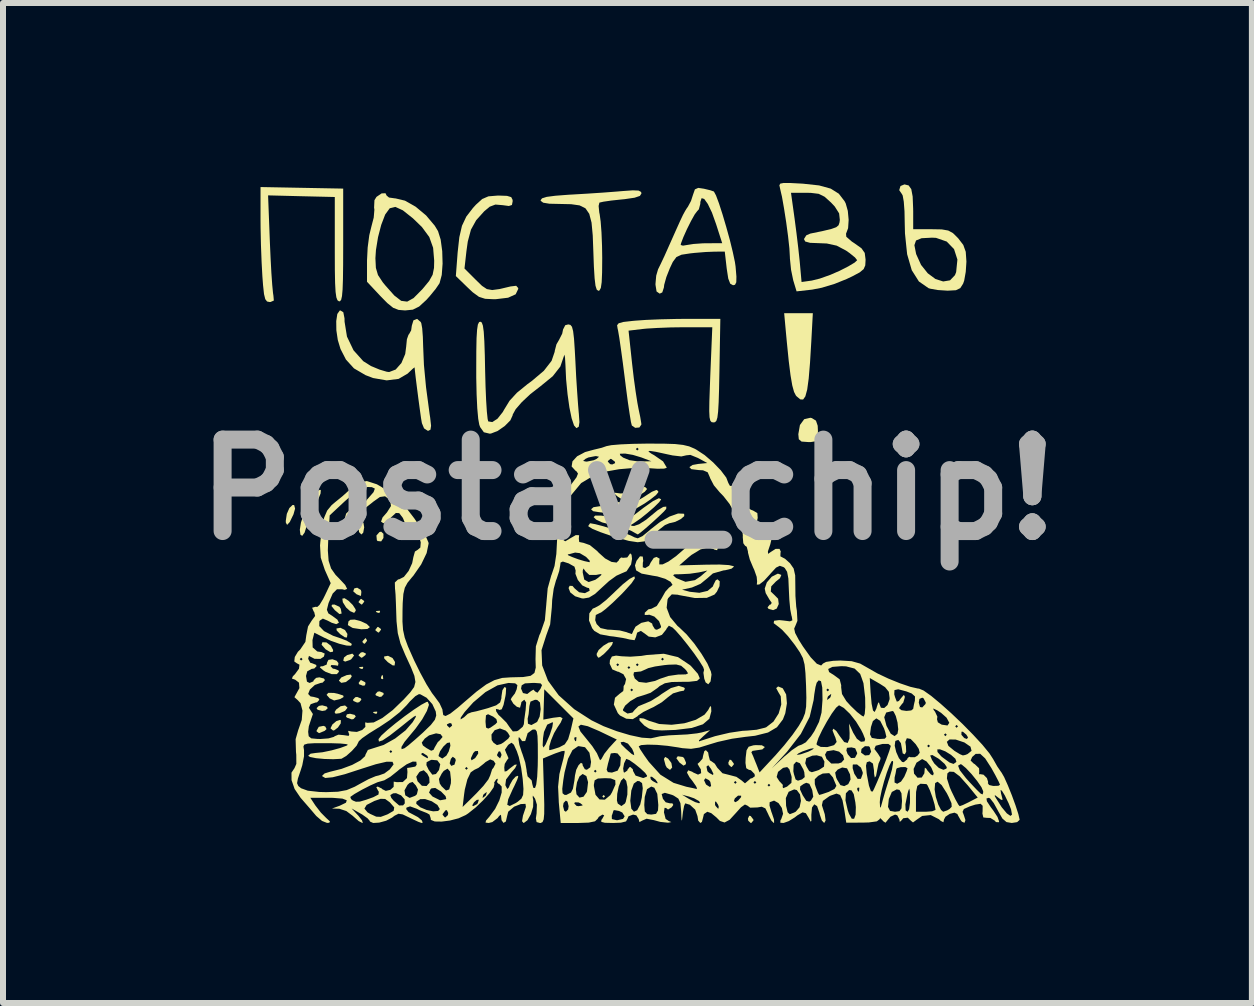
<source format=kicad_pcb>
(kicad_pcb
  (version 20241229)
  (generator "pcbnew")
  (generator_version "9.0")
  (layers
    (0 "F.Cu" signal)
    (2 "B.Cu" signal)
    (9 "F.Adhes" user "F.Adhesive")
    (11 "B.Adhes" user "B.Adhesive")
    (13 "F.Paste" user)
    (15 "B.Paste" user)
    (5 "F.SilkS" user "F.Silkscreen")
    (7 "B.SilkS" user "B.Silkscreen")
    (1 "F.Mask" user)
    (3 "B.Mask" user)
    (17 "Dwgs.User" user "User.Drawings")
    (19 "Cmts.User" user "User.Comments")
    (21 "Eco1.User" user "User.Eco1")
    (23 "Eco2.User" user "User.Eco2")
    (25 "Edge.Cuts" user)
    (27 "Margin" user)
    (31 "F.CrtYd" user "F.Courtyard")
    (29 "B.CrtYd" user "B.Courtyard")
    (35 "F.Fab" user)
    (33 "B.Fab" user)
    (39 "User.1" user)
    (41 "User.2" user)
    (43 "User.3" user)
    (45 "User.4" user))
  (footprint "Postav_chip!"
    (layer "F.Cu")
    (at 7.41 5.113)
    (property "Reference" "Postav_chip!" (at 0 0 0) (layer "F.Fab") (effects (font (size 1.524 1.524) (thickness 0.3))))
    (attr board_only exclude_from_pos_files exclude_from_bom)
    (fp_poly (pts (xy -0.374 5.113) (xy -0.397 5.136) (xy -0.42 5.113) (xy -0.397 5.089)) (stroke (width 0) (type solid)) (fill yes) (layer "F.SilkS"))
    (fp_poly (pts (xy -4.405 2.957) (xy -4.411 2.985) (xy -4.436 2.988) (xy -4.474 2.971) (xy -4.467 2.957) (xy -4.411 2.952)) (stroke (width 0) (type solid)) (fill yes) (layer "F.SilkS"))
    (fp_poly (pts (xy -4.171 3.704) (xy -4.177 3.732) (xy -4.202 3.735) (xy -4.241 3.718) (xy -4.233 3.704) (xy -4.178 3.699)) (stroke (width 0) (type solid)) (fill yes) (layer "F.SilkS"))
    (fp_poly (pts (xy -4.124 2.023) (xy -4.131 2.051) (xy -4.156 2.054) (xy -4.194 2.037) (xy -4.187 2.023) (xy -4.131 2.018)) (stroke (width 0) (type solid)) (fill yes) (layer "F.SilkS"))
    (fp_poly (pts (xy -4.078 3.097) (xy -4.072 3.153) (xy -4.078 3.159) (xy -4.105 3.153) (xy -4.109 3.128) (xy -4.092 3.09)) (stroke (width 0) (type solid)) (fill yes) (layer "F.SilkS"))
    (fp_poly (pts (xy -5.038 3.948) (xy -5.016 3.991) (xy -5.049 4.021) (xy -5.142 4.059) (xy -5.182 4.03) (xy -5.183 4.018) (xy -5.146 3.953) (xy -5.068 3.937)) (stroke (width 0) (type solid)) (fill yes) (layer "F.SilkS"))
    (fp_poly (pts (xy -5.018 2.546) (xy -4.946 2.6) (xy -4.907 2.672) (xy -4.909 2.7) (xy -4.952 2.709) (xy -5.032 2.661) (xy -5.099 2.585) (xy -5.086 2.543)) (stroke (width 0) (type solid)) (fill yes) (layer "F.SilkS"))
    (fp_poly (pts (xy -5.013 3.615) (xy -4.996 3.642) (xy -5.035 3.68) (xy -5.089 3.689) (xy -5.165 3.669) (xy -5.183 3.642) (xy -5.144 3.604) (xy -5.089 3.595)) (stroke (width 0) (type solid)) (fill yes) (layer "F.SilkS"))
    (fp_poly (pts (xy -4.802 1.952) (xy -4.779 1.986) (xy -4.765 2.065) (xy -4.802 2.073) (xy -4.879 2.008) (xy -4.934 1.94) (xy -4.925 1.917) (xy -4.885 1.914)) (stroke (width 0) (type solid)) (fill yes) (layer "F.SilkS"))
    (fp_poly (pts (xy -4.557 2.764) (xy -4.603 2.824) (xy -4.623 2.838) (xy -4.706 2.866) (xy -4.738 2.85) (xy -4.725 2.797) (xy -4.673 2.757) (xy -4.586 2.733)) (stroke (width 0) (type solid)) (fill yes) (layer "F.SilkS"))
    (fp_poly (pts (xy -4.548 3.754) (xy -4.529 3.782) (xy -4.567 3.824) (xy -4.596 3.829) (xy -4.676 3.8) (xy -4.692 3.782) (xy -4.678 3.745) (xy -4.625 3.735)) (stroke (width 0) (type solid)) (fill yes) (layer "F.SilkS"))
    (fp_poly (pts (xy -4.444 3.48) (xy -4.436 3.502) (xy -4.473 3.543) (xy -4.506 3.549) (xy -4.568 3.523) (xy -4.576 3.502) (xy -4.538 3.46) (xy -4.506 3.455)) (stroke (width 0) (type solid)) (fill yes) (layer "F.SilkS"))
    (fp_poly (pts (xy -4.401 0.553) (xy -4.389 0.628) (xy -4.405 0.717) (xy -4.436 0.747) (xy -4.474 0.708) (xy -4.482 0.656) (xy -4.461 0.567) (xy -4.436 0.537)) (stroke (width 0) (type solid)) (fill yes) (layer "F.SilkS"))
    (fp_poly (pts (xy -4.39 1.856) (xy -4.389 1.868) (xy -4.425 1.913) (xy -4.436 1.914) (xy -4.481 1.879) (xy -4.482 1.868) (xy -4.447 1.822) (xy -4.436 1.821)) (stroke (width 0) (type solid)) (fill yes) (layer "F.SilkS"))
    (fp_poly (pts (xy -4.375 3.209) (xy -4.366 3.222) (xy -4.376 3.262) (xy -4.41 3.268) (xy -4.473 3.244) (xy -4.482 3.222) (xy -4.449 3.176) (xy -4.438 3.175)) (stroke (width 0) (type solid)) (fill yes) (layer "F.SilkS"))
    (fp_poly (pts (xy -4.361 2.731) (xy -4.366 2.755) (xy -4.425 2.8) (xy -4.438 2.801) (xy -4.481 2.766) (xy -4.482 2.755) (xy -4.444 2.714) (xy -4.41 2.708)) (stroke (width 0) (type solid)) (fill yes) (layer "F.SilkS"))
    (fp_poly (pts (xy -4.343 2.511) (xy -4.342 2.521) (xy -4.378 2.566) (xy -4.392 2.568) (xy -4.42 2.539) (xy -4.412 2.521) (xy -4.37 2.477) (xy -4.363 2.475)) (stroke (width 0) (type solid)) (fill yes) (layer "F.SilkS"))
    (fp_poly (pts (xy -4.11 2.323) (xy -4.109 2.335) (xy -4.144 2.38) (xy -4.156 2.381) (xy -4.201 2.346) (xy -4.202 2.335) (xy -4.167 2.289) (xy -4.156 2.288)) (stroke (width 0) (type solid)) (fill yes) (layer "F.SilkS"))
    (fp_poly (pts (xy -4.07 3.387) (xy -4.062 3.408) (xy -4.1 3.45) (xy -4.132 3.455) (xy -4.194 3.43) (xy -4.202 3.408) (xy -4.164 3.367) (xy -4.132 3.362)) (stroke (width 0) (type solid)) (fill yes) (layer "F.SilkS"))
    (fp_poly (pts (xy -4.068 0.735) (xy -4.068 0.805) (xy -4.106 0.862) (xy -4.166 0.856) (xy -4.178 0.841) (xy -4.185 0.764) (xy -4.134 0.706) (xy -4.106 0.7)) (stroke (width 0) (type solid)) (fill yes) (layer "F.SilkS"))
    (fp_poly (pts (xy 0.919 4.455) (xy 0.943 4.473) (xy 0.976 4.551) (xy 0.972 4.578) (xy 0.935 4.6) (xy 0.867 4.549) (xy 0.815 4.477) (xy 0.838 4.444)) (stroke (width 0) (type solid)) (fill yes) (layer "F.SilkS"))
    (fp_poly (pts (xy 1.728 4.506) (xy 1.772 4.565) (xy 1.774 4.578) (xy 1.739 4.621) (xy 1.728 4.622) (xy 1.687 4.584) (xy 1.681 4.55) (xy 1.704 4.501)) (stroke (width 0) (type solid)) (fill yes) (layer "F.SilkS"))
    (fp_poly (pts (xy 2.054 5.44) (xy 2.099 5.499) (xy 2.101 5.512) (xy 2.065 5.555) (xy 2.054 5.556) (xy 2.013 5.518) (xy 2.008 5.483) (xy 2.03 5.435)) (stroke (width 0) (type solid)) (fill yes) (layer "F.SilkS"))
    (fp_poly (pts (xy -4.894 3.388) (xy -4.829 3.402) (xy -4.739 3.431) (xy -4.732 3.456) (xy -4.787 3.489) (xy -4.89 3.514) (xy -4.964 3.479) (xy -5.016 3.42) (xy -4.988 3.387)) (stroke (width 0) (type solid)) (fill yes) (layer "F.SilkS"))
    (fp_poly (pts (xy -4.709 2.34) (xy -4.669 2.404) (xy -4.669 2.41) (xy -4.676 2.464) (xy -4.711 2.461) (xy -4.789 2.408) (xy -4.847 2.348) (xy -4.851 2.314) (xy -4.785 2.302)) (stroke (width 0) (type solid)) (fill yes) (layer "F.SilkS"))
    (fp_poly (pts (xy -4.67 3.63) (xy -4.669 3.637) (xy -4.708 3.687) (xy -4.798 3.726) (xy -4.865 3.735) (xy -4.883 3.708) (xy -4.856 3.665) (xy -4.782 3.61) (xy -4.708 3.597)) (stroke (width 0) (type solid)) (fill yes) (layer "F.SilkS"))
    (fp_poly (pts (xy -4.595 3.109) (xy -4.622 3.152) (xy -4.696 3.207) (xy -4.771 3.22) (xy -4.809 3.186) (xy -4.809 3.18) (xy -4.77 3.13) (xy -4.68 3.091) (xy -4.613 3.082)) (stroke (width 0) (type solid)) (fill yes) (layer "F.SilkS"))
    (fp_poly (pts (xy -4.444 1.672) (xy -4.436 1.704) (xy -4.442 1.764) (xy -4.447 1.771) (xy -4.495 1.752) (xy -4.517 1.743) (xy -4.572 1.694) (xy -4.554 1.646) (xy -4.506 1.634)) (stroke (width 0) (type solid)) (fill yes) (layer "F.SilkS"))
    (fp_poly (pts (xy -3.916 2.807) (xy -3.876 2.871) (xy -3.875 2.877) (xy -3.882 2.931) (xy -3.917 2.928) (xy -3.995 2.875) (xy -4.054 2.815) (xy -4.057 2.781) (xy -3.992 2.769)) (stroke (width 0) (type solid)) (fill yes) (layer "F.SilkS"))
    (fp_poly (pts (xy 0.677 4.482) (xy 0.732 4.556) (xy 0.745 4.631) (xy 0.712 4.669) (xy 0.705 4.669) (xy 0.655 4.632) (xy 0.635 4.595) (xy 0.607 4.49) (xy 0.628 4.455)) (stroke (width 0) (type solid)) (fill yes) (layer "F.SilkS"))
    (fp_poly (pts (xy -5.556 0.257) (xy -5.541 0.316) (xy -5.567 0.41) (xy -5.63 0.54) (xy -5.674 0.587) (xy -5.695 0.549) (xy -5.696 0.52) (xy -5.679 0.404) (xy -5.636 0.306) (xy -5.583 0.255)) (stroke (width 0) (type solid)) (fill yes) (layer "F.SilkS"))
    (fp_poly (pts (xy -4.778 3.844) (xy -4.78 3.896) (xy -4.827 3.965) (xy -4.889 4.012) (xy -4.908 4.015) (xy -4.949 3.981) (xy -4.949 3.974) (xy -4.919 3.914) (xy -4.853 3.858) (xy -4.791 3.838)) (stroke (width 0) (type solid)) (fill yes) (layer "F.SilkS"))
    (fp_poly (pts (xy -4.649 1.853) (xy -4.58 1.922) (xy -4.534 1.992) (xy -4.529 2.017) (xy -4.556 2.054) (xy -4.623 2.025) (xy -4.69 1.964) (xy -4.745 1.876) (xy -4.753 1.816) (xy -4.716 1.809)) (stroke (width 0) (type solid)) (fill yes) (layer "F.SilkS"))
    (fp_poly (pts (xy -4.58 0.386) (xy -4.603 0.495) (xy -4.605 0.502) (xy -4.648 0.591) (xy -4.692 0.595) (xy -4.715 0.515) (xy -4.716 0.495) (xy -4.69 0.398) (xy -4.646 0.357) (xy -4.592 0.346)) (stroke (width 0) (type solid)) (fill yes) (layer "F.SilkS"))
    (fp_poly (pts (xy -4.444 2.193) (xy -4.347 2.238) (xy -4.297 2.287) (xy -4.296 2.294) (xy -4.336 2.322) (xy -4.437 2.327) (xy -4.57 2.307) (xy -4.587 2.302) (xy -4.661 2.257) (xy -4.651 2.195) (xy -4.62 2.169) (xy -4.548 2.165)) (stroke (width 0) (type solid)) (fill yes) (layer "F.SilkS"))
    (fp_poly (pts (xy -0.243 2.543) (xy -0.257 2.586) (xy -0.316 2.661) (xy -0.393 2.739) (xy -0.463 2.793) (xy -0.488 2.801) (xy -0.511 2.764) (xy -0.514 2.737) (xy -0.481 2.673) (xy -0.404 2.603) (xy -0.317 2.55) (xy -0.251 2.538)) (stroke (width 0) (type solid)) (fill yes) (layer "F.SilkS"))
    (fp_poly (pts (xy 3.074 -1.193) (xy 3.142 -1.151) (xy 3.171 -1.066) (xy 3.175 -0.977) (xy 3.17 -0.859) (xy 3.138 -0.807) (xy 3.056 -0.794) (xy 3.012 -0.794) (xy 2.902 -0.802) (xy 2.856 -0.841) (xy 2.848 -0.925) (xy 2.875 -1.078) (xy 2.946 -1.175) (xy 3.049 -1.199)) (stroke (width 0) (type solid)) (fill yes) (layer "F.SilkS"))
    (fp_poly (pts (xy 0.327 -0.012) (xy 0.289 0.034) (xy 0.199 0.095) (xy 0.092 0.151) (xy 0.001 0.184) (xy -0.018 0.187) (xy -0.096 0.159) (xy -0.166 0.113) (xy -0.222 0.064) (xy -0.206 0.051) (xy -0.117 0.063) (xy 0.027 0.057) (xy 0.114 0.02) (xy 0.213 -0.033) (xy 0.294 -0.045)) (stroke (width 0) (type solid)) (fill yes) (layer "F.SilkS"))
    (fp_poly (pts (xy -5.112 0.008) (xy -5.116 0.063) (xy -5.158 0.168) (xy -5.197 0.241) (xy -5.275 0.396) (xy -5.332 0.546) (xy -5.345 0.595) (xy -5.382 0.715) (xy -5.422 0.77) (xy -5.452 0.75) (xy -5.462 0.668) (xy -5.443 0.547) (xy -5.394 0.402) (xy -5.326 0.254) (xy -5.252 0.124) (xy -5.181 0.032) (xy -5.126 0.001)) (stroke (width 0) (type solid)) (fill yes) (layer "F.SilkS"))
    (fp_poly (pts (xy 3.064 -2.463) (xy 3.043 -2.115) (xy 3.021 -1.853) (xy 2.996 -1.669) (xy 2.965 -1.555) (xy 2.928 -1.503) (xy 2.881 -1.505) (xy 2.821 -1.555) (xy 2.808 -1.569) (xy 2.777 -1.629) (xy 2.747 -1.738) (xy 2.718 -1.908) (xy 2.688 -2.147) (xy 2.656 -2.466) (xy 2.641 -2.626) (xy 2.612 -2.942) (xy 3.09 -2.942)) (stroke (width 0) (type solid)) (fill yes) (layer "F.SilkS"))
    (fp_poly (pts (xy -4.848 2.852) (xy -4.818 2.891) (xy -4.825 2.935) (xy -4.873 2.927) (xy -4.937 2.923) (xy -4.949 2.943) (xy -4.911 2.983) (xy -4.879 2.988) (xy -4.817 3.013) (xy -4.809 3.035) (xy -4.845 3.075) (xy -4.931 3.075) (xy -5.033 3.036) (xy -5.069 3.013) (xy -5.128 2.962) (xy -5.114 2.945) (xy -5.078 2.943) (xy -5.014 2.915) (xy -5.008 2.883) (xy -4.985 2.837) (xy -4.918 2.827)) (stroke (width 0) (type solid)) (fill yes) (layer "F.SilkS"))
    (fp_poly (pts (xy 2.565 1.422) (xy 2.542 1.476) (xy 2.475 1.53) (xy 2.397 1.611) (xy 2.389 1.698) (xy 2.451 1.757) (xy 2.511 1.818) (xy 2.522 1.906) (xy 2.488 1.982) (xy 2.428 2.008) (xy 2.352 1.988) (xy 2.335 1.961) (xy 2.371 1.917) (xy 2.388 1.914) (xy 2.405 1.887) (xy 2.365 1.829) (xy 2.304 1.724) (xy 2.288 1.649) (xy 2.323 1.546) (xy 2.405 1.451) (xy 2.5 1.402) (xy 2.513 1.401)) (stroke (width 0) (type solid)) (fill yes) (layer "F.SilkS"))
    (fp_poly (pts (xy 1.394 3.622) (xy 1.398 3.695) (xy 1.365 3.819) (xy 1.258 3.911) (xy 1.071 3.972) (xy 0.799 4.005) (xy 0.77 4.006) (xy 0.575 4.013) (xy 0.446 4.007) (xy 0.358 3.982) (xy 0.286 3.936) (xy 0.28 3.931) (xy 0.2 3.849) (xy 0.201 3.807) (xy 0.272 3.815) (xy 0.355 3.851) (xy 0.529 3.906) (xy 0.735 3.919) (xy 0.948 3.894) (xy 1.139 3.836) (xy 1.285 3.75) (xy 1.345 3.674) (xy 1.381 3.606)) (stroke (width 0) (type solid)) (fill yes) (layer "F.SilkS"))
    (fp_poly (pts (xy 0.941 0.401) (xy 0.945 0.404) (xy 0.946 0.441) (xy 0.887 0.491) (xy 0.797 0.536) (xy 0.704 0.558) (xy 0.698 0.559) (xy 0.624 0.591) (xy 0.521 0.672) (xy 0.467 0.724) (xy 0.372 0.812) (xy 0.28 0.862) (xy 0.17 0.876) (xy 0.024 0.854) (xy -0.181 0.798) (xy -0.292 0.763) (xy -0.459 0.705) (xy -0.586 0.652) (xy -0.65 0.612) (xy -0.654 0.605) (xy -0.625 0.561) (xy -0.619 0.56) (xy -0.536 0.575) (xy -0.398 0.611) (xy -0.235 0.661) (xy -0.074 0.715) (xy 0.054 0.763) (xy 0.118 0.795) (xy 0.172 0.811) (xy 0.25 0.774) (xy 0.37 0.676) (xy 0.382 0.664) (xy 0.542 0.539) (xy 0.703 0.447) (xy 0.844 0.397)) (stroke (width 0) (type solid)) (fill yes) (layer "F.SilkS"))
    (fp_poly (pts (xy -4.739 -5.019) (xy -4.739 -4.073) (xy -4.74 -3.749) (xy -4.743 -3.508) (xy -4.749 -3.338) (xy -4.759 -3.227) (xy -4.773 -3.165) (xy -4.793 -3.141) (xy -4.809 -3.14) (xy -4.834 -3.157) (xy -4.853 -3.206) (xy -4.866 -3.298) (xy -4.874 -3.445) (xy -4.878 -3.66) (xy -4.879 -3.954) (xy -4.879 -4.016) (xy -4.879 -4.879) (xy -5.435 -4.892) (xy -5.991 -4.906) (xy -5.961 -4.122) (xy -5.949 -3.854) (xy -5.936 -3.612) (xy -5.922 -3.415) (xy -5.909 -3.28) (xy -5.902 -3.233) (xy -5.895 -3.153) (xy -5.95 -3.129) (xy -5.964 -3.128) (xy -6.008 -3.137) (xy -6.038 -3.176) (xy -6.059 -3.261) (xy -6.075 -3.41) (xy -6.086 -3.556) (xy -6.099 -3.793) (xy -6.11 -4.08) (xy -6.116 -4.369) (xy -6.117 -4.514) (xy -6.117 -5.045)) (stroke (width 0) (type solid)) (fill yes) (layer "F.SilkS"))
    (fp_poly (pts (xy -2.008 -4.898) (xy -1.938 -4.877) (xy -1.915 -4.831) (xy -1.914 -4.807) (xy -1.926 -4.746) (xy -1.977 -4.729) (xy -2.081 -4.743) (xy -2.202 -4.753) (xy -2.297 -4.717) (xy -2.389 -4.64) (xy -2.522 -4.492) (xy -2.609 -4.335) (xy -2.662 -4.137) (xy -2.684 -3.98) (xy -2.717 -3.687) (xy -2.526 -3.496) (xy -2.425 -3.398) (xy -2.344 -3.344) (xy -2.255 -3.328) (xy -2.13 -3.345) (xy -1.949 -3.388) (xy -1.855 -3.399) (xy -1.822 -3.362) (xy -1.821 -3.346) (xy -1.864 -3.257) (xy -1.99 -3.2) (xy -2.19 -3.176) (xy -2.232 -3.175) (xy -2.373 -3.182) (xy -2.476 -3.215) (xy -2.58 -3.291) (xy -2.662 -3.368) (xy -2.861 -3.561) (xy -2.831 -3.955) (xy -2.803 -4.209) (xy -2.759 -4.399) (xy -2.687 -4.552) (xy -2.576 -4.696) (xy -2.526 -4.751) (xy -2.421 -4.846) (xy -2.318 -4.89) (xy -2.173 -4.902) (xy -2.147 -4.903)) (stroke (width 0) (type solid)) (fill yes) (layer "F.SilkS"))
    (fp_poly (pts (xy 0.186 -4.986) (xy 0.227 -4.963) (xy 0.233 -4.938) (xy 0.207 -4.897) (xy 0.118 -4.867) (xy -0.047 -4.843) (xy -0.099 -4.838) (xy -0.268 -4.82) (xy -0.4 -4.801) (xy -0.466 -4.786) (xy -0.468 -4.785) (xy -0.481 -4.73) (xy -0.47 -4.621) (xy -0.463 -4.588) (xy -0.447 -4.47) (xy -0.433 -4.286) (xy -0.424 -4.062) (xy -0.421 -3.864) (xy -0.423 -3.621) (xy -0.43 -3.459) (xy -0.444 -3.363) (xy -0.467 -3.321) (xy -0.485 -3.315) (xy -0.512 -3.334) (xy -0.533 -3.4) (xy -0.548 -3.525) (xy -0.56 -3.72) (xy -0.568 -3.944) (xy -0.579 -4.238) (xy -0.599 -4.452) (xy -0.637 -4.598) (xy -0.7 -4.69) (xy -0.798 -4.739) (xy -0.939 -4.759) (xy -1.119 -4.763) (xy -1.301 -4.767) (xy -1.405 -4.784) (xy -1.446 -4.815) (xy -1.447 -4.827) (xy -1.424 -4.857) (xy -1.347 -4.881) (xy -1.202 -4.9) (xy -0.979 -4.917) (xy -0.922 -4.92) (xy -0.669 -4.935) (xy -0.413 -4.952) (xy -0.189 -4.969) (xy -0.082 -4.978) (xy 0.089 -4.99)) (stroke (width 0) (type solid)) (fill yes) (layer "F.SilkS"))
    (fp_poly (pts (xy 1.533 -1.984) (xy 1.527 -1.68) (xy 1.52 -1.457) (xy 1.511 -1.302) (xy 1.499 -1.203) (xy 1.482 -1.148) (xy 1.459 -1.125) (xy 1.433 -1.121) (xy 1.402 -1.126) (xy 1.381 -1.15) (xy 1.368 -1.207) (xy 1.363 -1.309) (xy 1.365 -1.469) (xy 1.373 -1.699) (xy 1.381 -1.914) (xy 1.414 -2.708) (xy 0.952 -2.708) (xy 0.722 -2.705) (xy 0.496 -2.696) (xy 0.313 -2.685) (xy 0.254 -2.679) (xy 0.018 -2.651) (xy 0.077 -2.102) (xy 0.105 -1.862) (xy 0.136 -1.636) (xy 0.165 -1.45) (xy 0.184 -1.349) (xy 0.213 -1.211) (xy 0.23 -1.108) (xy 0.232 -1.086) (xy 0.199 -1.037) (xy 0.129 -1.031) (xy 0.073 -1.069) (xy 0.058 -1.128) (xy 0.036 -1.263) (xy 0.007 -1.457) (xy -0.024 -1.693) (xy -0.044 -1.852) (xy -0.077 -2.111) (xy -0.109 -2.344) (xy -0.136 -2.531) (xy -0.157 -2.654) (xy -0.165 -2.689) (xy -0.173 -2.742) (xy -0.147 -2.774) (xy -0.068 -2.796) (xy 0.082 -2.813) (xy 0.125 -2.817) (xy 0.307 -2.83) (xy 0.547 -2.84) (xy 0.809 -2.846) (xy 0.996 -2.848) (xy 1.548 -2.848)) (stroke (width 0) (type solid)) (fill yes) (layer "F.SilkS"))
    (fp_poly (pts (xy 4.687 -5.072) (xy 4.731 -5.01) (xy 4.754 -4.888) (xy 4.762 -4.691) (xy 4.763 -4.642) (xy 4.763 -4.342) (xy 5.069 -4.342) (xy 5.239 -4.339) (xy 5.347 -4.32) (xy 5.426 -4.277) (xy 5.507 -4.197) (xy 5.512 -4.192) (xy 5.598 -4.08) (xy 5.639 -3.966) (xy 5.65 -3.805) (xy 5.65 -3.797) (xy 5.639 -3.631) (xy 5.613 -3.485) (xy 5.595 -3.434) (xy 5.548 -3.36) (xy 5.476 -3.325) (xy 5.347 -3.318) (xy 5.327 -3.318) (xy 5.175 -3.328) (xy 5.049 -3.35) (xy 5.019 -3.359) (xy 4.858 -3.471) (xy 4.739 -3.659) (xy 4.662 -3.925) (xy 4.646 -4.076) (xy 4.783 -4.076) (xy 4.809 -3.943) (xy 4.813 -3.926) (xy 4.894 -3.747) (xy 5.006 -3.607) (xy 5.134 -3.512) (xy 5.263 -3.471) (xy 5.377 -3.49) (xy 5.459 -3.576) (xy 5.479 -3.627) (xy 5.5 -3.836) (xy 5.444 -4.01) (xy 5.322 -4.136) (xy 5.143 -4.198) (xy 5.076 -4.201) (xy 4.903 -4.192) (xy 4.81 -4.154) (xy 4.783 -4.076) (xy 4.646 -4.076) (xy 4.626 -4.272) (xy 4.622 -4.439) (xy 4.618 -4.64) (xy 4.606 -4.801) (xy 4.588 -4.903) (xy 4.576 -4.926) (xy 4.53 -4.993) (xy 4.551 -5.062) (xy 4.617 -5.089)) (stroke (width 0) (type solid)) (fill yes) (layer "F.SilkS"))
    (fp_poly (pts (xy -4.737 -2.958) (xy -4.717 -2.856) (xy -4.716 -2.8) (xy -4.676 -2.552) (xy -4.567 -2.324) (xy -4.404 -2.142) (xy -4.275 -2.061) (xy -4.133 -2.002) (xy -4.012 -1.966) (xy -3.973 -1.961) (xy -3.864 -2.003) (xy -3.768 -2.112) (xy -3.705 -2.262) (xy -3.689 -2.385) (xy -3.677 -2.507) (xy -3.65 -2.584) (xy -3.642 -2.591) (xy -3.606 -2.656) (xy -3.595 -2.734) (xy -3.568 -2.823) (xy -3.507 -2.847) (xy -3.447 -2.796) (xy -3.437 -2.774) (xy -3.422 -2.691) (xy -3.411 -2.547) (xy -3.406 -2.389) (xy -3.393 -2.08) (xy -3.358 -1.708) (xy -3.298 -1.259) (xy -3.289 -1.202) (xy -3.274 -1.066) (xy -3.284 -1) (xy -3.322 -0.981) (xy -3.328 -0.981) (xy -3.391 -1.022) (xy -3.427 -1.109) (xy -3.441 -1.191) (xy -3.461 -1.334) (xy -3.485 -1.512) (xy -3.509 -1.698) (xy -3.53 -1.865) (xy -3.544 -1.989) (xy -3.549 -2.039) (xy -3.577 -2.018) (xy -3.648 -1.951) (xy -3.663 -1.936) (xy -3.815 -1.847) (xy -4.014 -1.822) (xy -4.24 -1.861) (xy -4.366 -1.909) (xy -4.559 -2.022) (xy -4.693 -2.169) (xy -4.784 -2.346) (xy -4.829 -2.495) (xy -4.853 -2.658) (xy -4.855 -2.811) (xy -4.837 -2.929) (xy -4.797 -2.986) (xy -4.786 -2.988)) (stroke (width 0) (type solid)) (fill yes) (layer "F.SilkS"))
    (fp_poly (pts (xy -4.015 -4.903) (xy -3.975 -4.87) (xy -3.876 -4.856) (xy -3.868 -4.856) (xy -3.709 -4.818) (xy -3.531 -4.717) (xy -3.357 -4.572) (xy -3.213 -4.401) (xy -3.158 -4.31) (xy -3.114 -4.169) (xy -3.088 -3.976) (xy -3.082 -3.768) (xy -3.096 -3.579) (xy -3.132 -3.444) (xy -3.134 -3.44) (xy -3.197 -3.347) (xy -3.297 -3.225) (xy -3.353 -3.163) (xy -3.473 -3.053) (xy -3.578 -3.001) (xy -3.707 -2.988) (xy -3.816 -2.997) (xy -3.906 -3.032) (xy -4.004 -3.111) (xy -4.118 -3.227) (xy -4.342 -3.466) (xy -4.342 -3.822) (xy -4.34 -3.858) (xy -4.202 -3.858) (xy -4.194 -3.697) (xy -4.159 -3.578) (xy -4.079 -3.457) (xy -4.033 -3.401) (xy -3.887 -3.237) (xy -3.772 -3.148) (xy -3.672 -3.135) (xy -3.566 -3.194) (xy -3.436 -3.325) (xy -3.415 -3.347) (xy -3.306 -3.479) (xy -3.248 -3.583) (xy -3.225 -3.697) (xy -3.222 -3.817) (xy -3.24 -4.033) (xy -3.304 -4.212) (xy -3.427 -4.379) (xy -3.577 -4.524) (xy -3.745 -4.657) (xy -3.869 -4.714) (xy -3.963 -4.691) (xy -4.039 -4.587) (xy -4.105 -4.414) (xy -4.158 -4.21) (xy -4.193 -3.995) (xy -4.202 -3.858) (xy -4.34 -3.858) (xy -4.331 -4.037) (xy -4.304 -4.242) (xy -4.269 -4.386) (xy -4.23 -4.536) (xy -4.219 -4.667) (xy -4.224 -4.703) (xy -4.218 -4.826) (xy -4.184 -4.881) (xy -4.099 -4.939) (xy -4.034 -4.942)) (stroke (width 0) (type solid)) (fill yes) (layer "F.SilkS"))
    (fp_poly (pts (xy 1.274 -5.017) (xy 1.382 -4.991) (xy 1.439 -4.971) (xy 1.441 -4.97) (xy 1.476 -4.905) (xy 1.526 -4.771) (xy 1.585 -4.588) (xy 1.647 -4.378) (xy 1.707 -4.161) (xy 1.756 -3.96) (xy 1.791 -3.795) (xy 1.802 -3.721) (xy 1.816 -3.553) (xy 1.814 -3.458) (xy 1.793 -3.416) (xy 1.76 -3.408) (xy 1.713 -3.434) (xy 1.68 -3.519) (xy 1.655 -3.682) (xy 1.654 -3.689) (xy 1.622 -3.969) (xy 1.453 -3.968) (xy 1.302 -3.962) (xy 1.118 -3.947) (xy 1.045 -3.939) (xy 0.901 -3.917) (xy 0.816 -3.878) (xy 0.756 -3.797) (xy 0.706 -3.691) (xy 0.648 -3.544) (xy 0.612 -3.415) (xy 0.607 -3.37) (xy 0.58 -3.288) (xy 0.537 -3.268) (xy 0.485 -3.304) (xy 0.467 -3.416) (xy 0.467 -3.432) (xy 0.479 -3.568) (xy 0.51 -3.674) (xy 0.512 -3.678) (xy 0.552 -3.759) (xy 0.617 -3.897) (xy 0.692 -4.065) (xy 0.698 -4.079) (xy 0.887 -4.079) (xy 0.925 -4.068) (xy 0.992 -4.079) (xy 1.1 -4.096) (xy 1.256 -4.107) (xy 1.338 -4.108) (xy 1.579 -4.109) (xy 1.478 -4.424) (xy 1.408 -4.62) (xy 1.339 -4.763) (xy 1.28 -4.846) (xy 1.236 -4.86) (xy 1.215 -4.797) (xy 1.214 -4.765) (xy 1.19 -4.674) (xy 1.162 -4.643) (xy 1.121 -4.589) (xy 1.059 -4.478) (xy 0.991 -4.342) (xy 0.931 -4.208) (xy 0.893 -4.108) (xy 0.887 -4.079) (xy 0.698 -4.079) (xy 0.701 -4.085) (xy 0.803 -4.314) (xy 0.875 -4.474) (xy 0.925 -4.58) (xy 0.962 -4.648) (xy 0.992 -4.696) (xy 1.007 -4.716) (xy 1.059 -4.813) (xy 1.093 -4.918) (xy 1.124 -5.006) (xy 1.18 -5.031)) (stroke (width 0) (type solid)) (fill yes) (layer "F.SilkS"))
    (fp_poly (pts (xy -2.429 -2.787) (xy -2.41 -2.734) (xy -2.396 -2.633) (xy -2.386 -2.471) (xy -2.378 -2.237) (xy -2.373 -1.988) (xy -2.366 -1.721) (xy -2.356 -1.486) (xy -2.344 -1.3) (xy -2.331 -1.178) (xy -2.321 -1.138) (xy -2.253 -1.127) (xy -2.166 -1.184) (xy -2.079 -1.294) (xy -2.054 -1.338) (xy -1.966 -1.482) (xy -1.843 -1.616) (xy -1.665 -1.761) (xy -1.59 -1.816) (xy -1.394 -1.982) (xy -1.265 -2.148) (xy -1.213 -2.3) (xy -1.213 -2.311) (xy -1.184 -2.423) (xy -1.142 -2.495) (xy -1.088 -2.601) (xy -1.074 -2.67) (xy -1.037 -2.742) (xy -0.987 -2.755) (xy -0.951 -2.747) (xy -0.925 -2.715) (xy -0.906 -2.642) (xy -0.891 -2.516) (xy -0.878 -2.321) (xy -0.868 -2.136) (xy -0.855 -1.879) (xy -0.839 -1.632) (xy -0.824 -1.422) (xy -0.812 -1.277) (xy -0.811 -1.272) (xy -0.801 -1.125) (xy -0.812 -1.05) (xy -0.848 -1.027) (xy -0.852 -1.027) (xy -0.891 -1.071) (xy -0.931 -1.191) (xy -0.968 -1.371) (xy -0.999 -1.592) (xy -1.023 -1.839) (xy -1.034 -2.078) (xy -1.041 -2.2) (xy -1.05 -2.251) (xy -1.062 -2.22) (xy -1.119 -2.053) (xy -1.246 -1.891) (xy -1.454 -1.721) (xy -1.457 -1.719) (xy -1.619 -1.593) (xy -1.761 -1.46) (xy -1.864 -1.341) (xy -1.913 -1.252) (xy -1.914 -1.24) (xy -1.952 -1.156) (xy -2.046 -1.061) (xy -2.164 -0.979) (xy -2.275 -0.936) (xy -2.298 -0.934) (xy -2.394 -0.957) (xy -2.455 -1.042) (xy -2.47 -1.081) (xy -2.488 -1.181) (xy -2.504 -1.357) (xy -2.515 -1.592) (xy -2.521 -1.868) (xy -2.521 -2.015) (xy -2.52 -2.309) (xy -2.516 -2.522) (xy -2.507 -2.666) (xy -2.494 -2.752) (xy -2.474 -2.793) (xy -2.454 -2.801)) (stroke (width 0) (type solid)) (fill yes) (layer "F.SilkS"))
    (fp_poly (pts (xy 0.512 0.024) (xy 0.514 0.042) (xy 0.477 0.088) (xy 0.383 0.163) (xy 0.286 0.23) (xy 0.147 0.312) (xy 0.051 0.346) (xy -0.032 0.34) (xy -0.067 0.328) (xy -0.194 0.287) (xy -0.247 0.286) (xy -0.221 0.318) (xy -0.123 0.374) (xy 0.057 0.464) (xy 0.268 0.302) (xy 0.428 0.189) (xy 0.524 0.142) (xy 0.56 0.159) (xy 0.56 0.165) (xy 0.527 0.21) (xy 0.444 0.292) (xy 0.333 0.388) (xy 0.22 0.479) (xy 0.128 0.543) (xy 0.122 0.547) (xy 0.057 0.589) (xy 0.071 0.603) (xy 0.111 0.605) (xy 0.194 0.576) (xy 0.311 0.501) (xy 0.38 0.444) (xy 0.503 0.343) (xy 0.597 0.287) (xy 0.647 0.282) (xy 0.646 0.32) (xy 0.608 0.364) (xy 0.524 0.445) (xy 0.416 0.544) (xy 0.307 0.64) (xy 0.218 0.714) (xy 0.173 0.746) (xy 0.172 0.746) (xy 0.13 0.724) (xy 0.07 0.69) (xy -0.028 0.65) (xy -0.178 0.608) (xy -0.277 0.585) (xy -0.424 0.545) (xy -0.522 0.499) (xy -0.539 0.482) (xy -0.171 0.482) (xy -0.165 0.51) (xy -0.14 0.514) (xy -0.102 0.497) (xy -0.109 0.482) (xy -0.164 0.477) (xy -0.171 0.482) (xy -0.539 0.482) (xy -0.564 0.458) (xy -0.539 0.432) (xy -0.441 0.432) (xy -0.391 0.439) (xy -0.283 0.453) (xy -0.259 0.441) (xy -0.28 0.423) (xy -0.379 0.386) (xy -0.479 0.374) (xy -0.572 0.359) (xy -0.607 0.327) (xy -0.567 0.292) (xy -0.49 0.28) (xy -0.407 0.268) (xy -0.385 0.245) (xy -0.376 0.205) (xy -0.304 0.193) (xy -0.157 0.207) (xy -0.115 0.213) (xy 0.035 0.225) (xy 0.15 0.196) (xy 0.272 0.122) (xy 0.407 0.035) (xy 0.482 0.004)) (stroke (width 0) (type solid)) (fill yes) (layer "F.SilkS"))
    (fp_poly (pts (xy 2.72 -5.112) (xy 2.91 -5.102) (xy 2.926 -5.101) (xy 3.194 -5.072) (xy 3.387 -5.019) (xy 3.523 -4.934) (xy 3.619 -4.809) (xy 3.638 -4.772) (xy 3.673 -4.648) (xy 3.687 -4.497) (xy 3.678 -4.359) (xy 3.645 -4.271) (xy 3.643 -4.269) (xy 3.648 -4.216) (xy 3.739 -4.137) (xy 3.783 -4.108) (xy 3.9 -4.025) (xy 3.955 -3.947) (xy 3.969 -3.838) (xy 3.969 -3.827) (xy 3.964 -3.739) (xy 3.937 -3.677) (xy 3.871 -3.622) (xy 3.747 -3.556) (xy 3.654 -3.512) (xy 3.453 -3.431) (xy 3.241 -3.367) (xy 3.079 -3.335) (xy 2.819 -3.306) (xy 2.763 -3.491) (xy 2.727 -3.665) (xy 2.708 -3.852) (xy 2.707 -3.881) (xy 2.699 -4.023) (xy 2.677 -4.225) (xy 2.646 -4.456) (xy 2.61 -4.687) (xy 2.575 -4.886) (xy 2.56 -4.949) (xy 2.726 -4.949) (xy 2.786 -4.517) (xy 2.817 -4.279) (xy 2.847 -4.03) (xy 2.87 -3.817) (xy 2.874 -3.774) (xy 2.902 -3.462) (xy 3.073 -3.486) (xy 3.206 -3.519) (xy 3.381 -3.581) (xy 3.537 -3.649) (xy 3.682 -3.723) (xy 3.787 -3.786) (xy 3.829 -3.825) (xy 3.829 -3.825) (xy 3.793 -3.871) (xy 3.703 -3.944) (xy 3.643 -3.986) (xy 3.488 -4.068) (xy 3.323 -4.104) (xy 3.199 -4.109) (xy 3.044 -4.115) (xy 2.963 -4.137) (xy 2.942 -4.178) (xy 2.981 -4.24) (xy 3.047 -4.269) (xy 3.26 -4.313) (xy 3.398 -4.346) (xy 3.479 -4.375) (xy 3.519 -4.408) (xy 3.534 -4.453) (xy 3.54 -4.497) (xy 3.528 -4.606) (xy 3.455 -4.721) (xy 3.393 -4.787) (xy 3.285 -4.884) (xy 3.187 -4.932) (xy 3.055 -4.948) (xy 2.979 -4.949) (xy 2.726 -4.949) (xy 2.56 -4.949) (xy 2.543 -5.024) (xy 2.543 -5.026) (xy 2.532 -5.074) (xy 2.547 -5.102) (xy 2.604 -5.113)) (stroke (width 0) (type solid)) (fill yes) (layer "F.SilkS"))
    (fp_poly (pts (xy 0.842 2.791) (xy 1.044 2.926) (xy 1.069 2.951) (xy 1.174 3.07) (xy 1.206 3.146) (xy 1.16 3.187) (xy 1.029 3.202) (xy 0.914 3.203) (xy 0.738 3.206) (xy 0.623 3.227) (xy 0.538 3.273) (xy 0.5 3.306) (xy 0.385 3.386) (xy 0.269 3.426) (xy 0.16 3.459) (xy 0.048 3.524) (xy -0.039 3.6) (xy -0.076 3.667) (xy -0.071 3.687) (xy 0.001 3.732) (xy 0.084 3.715) (xy 0.122 3.669) (xy 0.182 3.61) (xy 0.272 3.573) (xy 0.386 3.525) (xy 0.522 3.441) (xy 0.569 3.406) (xy 0.724 3.307) (xy 0.854 3.27) (xy 0.943 3.298) (xy 0.957 3.315) (xy 0.941 3.35) (xy 0.874 3.362) (xy 0.759 3.396) (xy 0.673 3.461) (xy 0.573 3.543) (xy 0.434 3.624) (xy 0.39 3.644) (xy 0.266 3.705) (xy 0.181 3.762) (xy 0.166 3.778) (xy 0.089 3.825) (xy -0.02 3.818) (xy -0.125 3.764) (xy -0.161 3.725) (xy -0.227 3.582) (xy -0.208 3.469) (xy -0.136 3.406) (xy -0.071 3.357) (xy -0.068 3.338) (xy 0.047 3.338) (xy 0.07 3.362) (xy 0.093 3.338) (xy 0.07 3.315) (xy 0.047 3.338) (xy -0.068 3.338) (xy -0.066 3.327) (xy -0.064 3.274) (xy -0.041 3.238) (xy -0.023 3.157) (xy -0.062 3.087) (xy 0.1 3.087) (xy 0.122 3.148) (xy 0.189 3.205) (xy 0.311 3.219) (xy 0.46 3.188) (xy 0.543 3.152) (xy 0.683 3.105) (xy 0.844 3.082) (xy 0.859 3.082) (xy 0.974 3.079) (xy 1.01 3.062) (xy 0.982 3.016) (xy 0.958 2.989) (xy 0.894 2.935) (xy 0.812 2.914) (xy 0.681 2.918) (xy 0.612 2.925) (xy 0.46 2.947) (xy 0.346 2.975) (xy 0.306 2.994) (xy 0.224 3.03) (xy 0.177 3.035) (xy 0.108 3.043) (xy 0.1 3.087) (xy -0.062 3.087) (xy -0.067 3.077) (xy -0.15 3.035) (xy -0.16 3.035) (xy -0.253 2.996) (xy -0.267 2.965) (xy 0 2.965) (xy 0.023 2.988) (xy 0.047 2.965) (xy 0.023 2.942) (xy 0 2.965) (xy -0.267 2.965) (xy -0.289 2.918) (xy -0.187 2.918) (xy -0.163 2.942) (xy -0.14 2.918) (xy 0.14 2.918) (xy 0.163 2.942) (xy 0.187 2.918) (xy 0.163 2.895) (xy 0.14 2.918) (xy -0.14 2.918) (xy -0.163 2.895) (xy -0.187 2.918) (xy -0.289 2.918) (xy -0.297 2.902) (xy -0.292 2.841) (xy -0.283 2.825) (xy 0.56 2.825) (xy 0.584 2.848) (xy 0.607 2.825) (xy 0.584 2.801) (xy 0.56 2.825) (xy -0.283 2.825) (xy -0.26 2.781) (xy -0.191 2.766) (xy -0.099 2.777) (xy 0.048 2.784) (xy 0.23 2.771) (xy 0.322 2.756) (xy 0.605 2.735)) (stroke (width 0) (type solid)) (fill yes) (layer "F.SilkS"))
    (fp_poly (pts (xy 1.417 0.761) (xy 1.49 0.852) (xy 1.49 0.852) (xy 1.512 0.952) (xy 1.495 1.009) (xy 1.448 0.999) (xy 1.44 0.992) (xy 1.349 0.962) (xy 1.217 0.996) (xy 1.066 1.088) (xy 1.02 1.126) (xy 0.864 1.262) (xy 1.318 1.25) (xy 1.537 1.248) (xy 1.691 1.257) (xy 1.768 1.275) (xy 1.774 1.284) (xy 1.734 1.317) (xy 1.633 1.342) (xy 1.6 1.346) (xy 1.424 1.396) (xy 1.33 1.478) (xy 1.217 1.57) (xy 1.076 1.63) (xy 1.073 1.631) (xy 0.91 1.667) (xy 1.039 1.702) (xy 1.198 1.719) (xy 1.336 1.687) (xy 1.423 1.614) (xy 1.434 1.585) (xy 1.471 1.511) (xy 1.5 1.494) (xy 1.538 1.528) (xy 1.534 1.608) (xy 1.491 1.7) (xy 1.45 1.749) (xy 1.323 1.803) (xy 1.124 1.806) (xy 0.859 1.757) (xy 0.838 1.751) (xy 0.739 1.745) (xy 0.679 1.808) (xy 0.668 1.831) (xy 0.653 1.969) (xy 0.711 2.123) (xy 0.833 2.27) (xy 0.867 2.299) (xy 0.986 2.413) (xy 1.114 2.566) (xy 1.235 2.737) (xy 1.333 2.9) (xy 1.391 3.032) (xy 1.401 3.083) (xy 1.385 3.197) (xy 1.347 3.244) (xy 1.303 3.213) (xy 1.28 3.151) (xy 1.266 3.052) (xy 1.277 3.003) (xy 1.262 2.958) (xy 1.202 2.861) (xy 1.112 2.731) (xy 1.005 2.59) (xy 0.898 2.456) (xy 0.804 2.349) (xy 0.752 2.299) (xy 0.69 2.267) (xy 0.652 2.316) (xy 0.645 2.332) (xy 0.574 2.42) (xy 0.464 2.462) (xy 0.354 2.449) (xy 0.299 2.407) (xy 0.224 2.354) (xy 0.161 2.383) (xy 0.14 2.459) (xy 0.118 2.509) (xy 0.037 2.498) (xy 0.035 2.497) (xy -0.075 2.472) (xy -0.229 2.448) (xy -0.294 2.441) (xy -0.455 2.411) (xy -0.554 2.353) (xy -0.589 2.309) (xy -0.641 2.181) (xy -0.636 2.062) (xy -0.579 1.983) (xy -0.542 1.968) (xy -0.468 1.928) (xy -0.354 1.838) (xy -0.223 1.715) (xy -0.208 1.7) (xy -0.079 1.578) (xy 0.034 1.488) (xy 0.109 1.448) (xy 0.116 1.447) (xy 0.124 1.477) (xy 0.066 1.562) (xy -0.055 1.696) (xy -0.108 1.751) (xy -0.246 1.885) (xy -0.362 1.988) (xy -0.44 2.047) (xy -0.458 2.054) (xy -0.528 2.089) (xy -0.538 2.176) (xy -0.514 2.24) (xy -0.449 2.307) (xy -0.331 2.333) (xy -0.275 2.335) (xy -0.13 2.346) (xy -0.013 2.376) (xy 0.003 2.383) (xy 0.073 2.407) (xy 0.093 2.366) (xy 0.093 2.361) (xy 0.134 2.284) (xy 0.231 2.22) (xy 0.347 2.194) (xy 0.411 2.231) (xy 0.42 2.265) (xy 0.458 2.326) (xy 0.49 2.335) (xy 0.552 2.305) (xy 0.56 2.28) (xy 0.526 2.191) (xy 0.448 2.115) (xy 0.362 2.084) (xy 0.339 2.088) (xy 0.287 2.088) (xy 0.289 2.05) (xy 0.348 1.995) (xy 0.401 1.984) (xy 0.488 1.939) (xy 0.567 1.815) (xy 0.631 1.701) (xy 0.694 1.631) (xy 0.707 1.624) (xy 0.751 1.586) (xy 0.719 1.536) (xy 0.63 1.486) (xy 0.498 1.446) (xy 0.412 1.432) (xy 0.387 1.427) (xy 0.761 1.427) (xy 0.807 1.469) (xy 0.814 1.474) (xy 0.967 1.536) (xy 1.125 1.508) (xy 1.22 1.444) (xy 1.331 1.348) (xy 1.191 1.379) (xy 1.04 1.401) (xy 0.887 1.409) (xy 0.783 1.411) (xy 0.761 1.427) (xy 0.387 1.427) (xy 0.236 1.399) (xy 0.144 1.345) (xy 0.125 1.263) (xy 0.151 1.185) (xy 0.208 1.111) (xy 0.255 1.115) (xy 0.263 1.188) (xy 0.256 1.218) (xy 0.255 1.293) (xy 0.295 1.307) (xy 0.36 1.268) (xy 0.387 1.214) (xy 0.438 1.138) (xy 0.484 1.121) (xy 0.536 1.15) (xy 0.53 1.191) (xy 0.53 1.246) (xy 0.585 1.246) (xy 0.683 1.198) (xy 0.808 1.109) (xy 0.949 0.987) (xy 1.003 0.935) (xy 1.162 0.804) (xy 1.303 0.746)) (stroke (width 0) (type solid)) (fill yes) (layer "F.SilkS"))
    (fp_poly (pts (xy 0.609 -0.767) (xy 0.794 -0.761) (xy 0.927 -0.746) (xy 1.028 -0.722) (xy 1.117 -0.684) (xy 1.147 -0.668) (xy 1.286 -0.577) (xy 1.429 -0.454) (xy 1.556 -0.322) (xy 1.647 -0.201) (xy 1.681 -0.113) (xy 1.709 -0.062) (xy 1.769 -0.068) (xy 1.841 -0.067) (xy 1.883 0.009) (xy 1.888 0.027) (xy 1.903 0.126) (xy 1.895 0.174) (xy 1.901 0.222) (xy 1.967 0.284) (xy 2.066 0.338) (xy 2.092 0.347) (xy 2.165 0.39) (xy 2.171 0.471) (xy 2.164 0.5) (xy 2.152 0.585) (xy 2.191 0.603) (xy 2.253 0.591) (xy 2.345 0.584) (xy 2.39 0.64) (xy 2.4 0.674) (xy 2.405 0.805) (xy 2.381 0.91) (xy 2.341 1.029) (xy 2.344 1.07) (xy 2.388 1.039) (xy 2.391 1.037) (xy 2.469 0.987) (xy 2.535 0.987) (xy 2.556 1.033) (xy 2.551 1.051) (xy 2.549 1.111) (xy 2.568 1.121) (xy 2.627 1.152) (xy 2.709 1.226) (xy 2.77 1.314) (xy 2.796 1.429) (xy 2.798 1.587) (xy 2.8 1.772) (xy 2.813 1.95) (xy 2.824 2.02) (xy 2.833 2.187) (xy 2.801 2.265) (xy 2.779 2.316) (xy 2.795 2.389) (xy 2.856 2.504) (xy 2.924 2.612) (xy 3.054 2.794) (xy 3.157 2.902) (xy 3.229 2.931) (xy 3.26 2.898) (xy 3.311 2.871) (xy 3.429 2.853) (xy 3.55 2.848) (xy 3.737 2.859) (xy 3.879 2.899) (xy 4.025 2.982) (xy 4.167 3.063) (xy 4.349 3.149) (xy 4.541 3.227) (xy 4.715 3.286) (xy 4.842 3.315) (xy 4.859 3.316) (xy 4.936 3.348) (xy 5.062 3.437) (xy 5.221 3.569) (xy 5.401 3.73) (xy 5.586 3.906) (xy 5.762 4.085) (xy 5.917 4.253) (xy 6.034 4.396) (xy 6.095 4.49) (xy 6.165 4.614) (xy 6.23 4.709) (xy 6.236 4.716) (xy 6.279 4.791) (xy 6.34 4.927) (xy 6.407 5.093) (xy 6.469 5.263) (xy 6.516 5.408) (xy 6.537 5.498) (xy 6.537 5.504) (xy 6.496 5.542) (xy 6.406 5.556) (xy 6.318 5.541) (xy 6.25 5.482) (xy 6.179 5.358) (xy 6.173 5.346) (xy 6.106 5.225) (xy 6.047 5.149) (xy 6.024 5.136) (xy 5.984 5.148) (xy 5.992 5.195) (xy 6.055 5.291) (xy 6.1 5.351) (xy 6.168 5.455) (xy 6.195 5.529) (xy 6.191 5.544) (xy 6.143 5.541) (xy 6.121 5.516) (xy 6.049 5.472) (xy 5.995 5.471) (xy 5.932 5.464) (xy 5.917 5.399) (xy 5.92 5.358) (xy 5.921 5.269) (xy 5.887 5.236) (xy 5.798 5.25) (xy 5.704 5.28) (xy 5.608 5.323) (xy 5.586 5.37) (xy 5.607 5.425) (xy 5.634 5.509) (xy 5.618 5.553) (xy 5.575 5.535) (xy 5.554 5.508) (xy 5.51 5.43) (xy 5.499 5.406) (xy 5.451 5.384) (xy 5.372 5.404) (xy 5.301 5.452) (xy 5.276 5.499) (xy 5.267 5.544) (xy 5.225 5.523) (xy 5.191 5.493) (xy 5.055 5.424) (xy 4.913 5.439) (xy 4.828 5.497) (xy 4.76 5.547) (xy 4.727 5.521) (xy 4.673 5.468) (xy 4.598 5.477) (xy 4.56 5.521) (xy 4.539 5.538) (xy 4.533 5.498) (xy 4.498 5.429) (xy 4.461 5.416) (xy 4.384 5.452) (xy 4.345 5.498) (xy 4.301 5.552) (xy 4.261 5.525) (xy 4.25 5.51) (xy 4.212 5.474) (xy 4.203 5.494) (xy 4.157 5.529) (xy 4.026 5.547) (xy 3.925 5.55) (xy 3.647 5.551) (xy 3.617 5.351) (xy 3.585 5.18) (xy 3.585 5.179) (xy 3.634 5.179) (xy 3.673 5.347) (xy 3.693 5.403) (xy 3.739 5.485) (xy 3.778 5.486) (xy 3.803 5.417) (xy 3.807 5.291) (xy 3.799 5.213) (xy 3.798 5.209) (xy 4.206 5.209) (xy 4.211 5.294) (xy 4.221 5.298) (xy 4.224 5.288) (xy 4.343 5.288) (xy 4.377 5.354) (xy 4.459 5.369) (xy 4.534 5.359) (xy 4.568 5.311) (xy 4.572 5.246) (xy 4.633 5.246) (xy 4.637 5.346) (xy 4.669 5.369) (xy 4.809 5.369) (xy 4.973 5.369) (xy 5.08 5.361) (xy 5.134 5.339) (xy 5.135 5.334) (xy 5.12 5.25) (xy 5.085 5.131) (xy 5.042 5.013) (xy 5.034 4.996) (xy 5.12 4.996) (xy 5.14 5.121) (xy 5.18 5.247) (xy 5.227 5.339) (xy 5.263 5.369) (xy 5.33 5.346) (xy 5.369 5.323) (xy 5.405 5.286) (xy 5.401 5.226) (xy 5.354 5.12) (xy 5.323 5.059) (xy 5.237 4.924) (xy 5.17 4.868) (xy 5.129 4.891) (xy 5.12 4.996) (xy 5.034 4.996) (xy 5.002 4.929) (xy 4.984 4.908) (xy 4.884 4.902) (xy 4.831 4.939) (xy 4.811 5.038) (xy 4.809 5.136) (xy 4.809 5.369) (xy 4.669 5.369) (xy 4.695 5.328) (xy 4.709 5.221) (xy 4.71 5.148) (xy 4.706 5.023) (xy 4.697 4.983) (xy 4.681 5.022) (xy 4.669 5.066) (xy 4.633 5.246) (xy 4.572 5.246) (xy 4.576 5.199) (xy 4.576 5.183) (xy 4.567 5.06) (xy 4.535 5.005) (xy 4.488 4.996) (xy 4.407 5.039) (xy 4.357 5.156) (xy 4.343 5.288) (xy 4.224 5.288) (xy 4.244 5.218) (xy 4.253 5.183) (xy 4.295 5.035) (xy 4.343 4.881) (xy 4.452 4.881) (xy 4.496 4.903) (xy 4.56 4.866) (xy 4.596 4.813) (xy 5.325 4.813) (xy 5.373 4.963) (xy 5.403 5.031) (xy 5.467 5.163) (xy 5.517 5.252) (xy 5.538 5.276) (xy 5.591 5.257) (xy 5.689 5.21) (xy 5.7 5.204) (xy 5.839 5.132) (xy 5.819 5.108) (xy 6.123 5.108) (xy 6.139 5.136) (xy 6.239 5.294) (xy 6.324 5.396) (xy 6.384 5.438) (xy 6.41 5.417) (xy 6.394 5.328) (xy 6.354 5.228) (xy 6.29 5.096) (xy 6.242 5.019) (xy 6.219 5.005) (xy 6.227 5.064) (xy 6.234 5.089) (xy 6.254 5.168) (xy 6.231 5.171) (xy 6.184 5.136) (xy 6.125 5.091) (xy 6.123 5.108) (xy 5.819 5.108) (xy 5.672 4.928) (xy 5.538 4.778) (xy 5.44 4.704) (xy 5.368 4.7) (xy 5.333 4.73) (xy 5.325 4.813) (xy 4.596 4.813) (xy 4.615 4.784) (xy 4.655 4.69) (xy 4.665 4.655) (xy 4.77 4.655) (xy 4.777 4.733) (xy 4.836 4.802) (xy 4.906 4.798) (xy 4.949 4.728) (xy 4.951 4.704) (xy 4.957 4.634) (xy 4.981 4.65) (xy 5 4.681) (xy 5.059 4.748) (xy 5.094 4.763) (xy 5.105 4.728) (xy 5.07 4.643) (xy 5.058 4.621) (xy 4.985 4.53) (xy 4.916 4.492) (xy 4.908 4.493) (xy 4.818 4.551) (xy 4.77 4.655) (xy 4.665 4.655) (xy 4.669 4.644) (xy 4.633 4.624) (xy 4.557 4.625) (xy 4.493 4.643) (xy 4.482 4.657) (xy 4.47 4.726) (xy 4.453 4.798) (xy 4.452 4.881) (xy 4.343 4.881) (xy 4.349 4.86) (xy 4.37 4.799) (xy 4.41 4.66) (xy 4.428 4.553) (xy 4.426 4.522) (xy 4.403 4.527) (xy 4.367 4.6) (xy 4.322 4.72) (xy 4.277 4.864) (xy 4.238 5.011) (xy 4.212 5.137) (xy 4.206 5.209) (xy 3.798 5.209) (xy 3.772 5.075) (xy 3.735 5.013) (xy 3.694 5.007) (xy 3.641 5.061) (xy 3.634 5.179) (xy 3.585 5.179) (xy 3.545 5.089) (xy 3.484 5.066) (xy 3.388 5.099) (xy 3.364 5.111) (xy 3.257 5.188) (xy 3.241 5.26) (xy 3.289 5.411) (xy 3.303 5.516) (xy 3.279 5.556) (xy 3.279 5.556) (xy 3.24 5.515) (xy 3.206 5.415) (xy 3.201 5.39) (xy 3.161 5.275) (xy 3.114 5.245) (xy 3.076 5.298) (xy 3.065 5.421) (xy 3.066 5.52) (xy 3.055 5.535) (xy 3.023 5.475) (xy 2.974 5.393) (xy 2.919 5.379) (xy 2.831 5.43) (xy 2.789 5.463) (xy 2.689 5.525) (xy 2.602 5.556) (xy 2.548 5.552) (xy 2.55 5.511) (xy 2.563 5.492) (xy 2.594 5.403) (xy 2.573 5.305) (xy 2.517 5.224) (xy 2.444 5.183) (xy 2.37 5.21) (xy 2.37 5.21) (xy 2.368 5.266) (xy 2.399 5.371) (xy 2.409 5.397) (xy 2.443 5.499) (xy 2.444 5.554) (xy 2.439 5.556) (xy 2.399 5.517) (xy 2.351 5.422) (xy 2.347 5.411) (xy 2.299 5.313) (xy 2.238 5.285) (xy 2.166 5.297) (xy 2.046 5.301) (xy 2 5.267) (xy 1.958 5.248) (xy 1.892 5.295) (xy 1.815 5.381) (xy 1.703 5.503) (xy 1.618 5.548) (xy 1.541 5.522) (xy 1.482 5.463) (xy 1.396 5.392) (xy 1.331 5.369) (xy 1.274 5.408) (xy 1.261 5.463) (xy 1.241 5.539) (xy 1.214 5.556) (xy 1.179 5.516) (xy 1.167 5.441) (xy 1.129 5.334) (xy 1.042 5.254) (xy 1.46 5.254) (xy 1.469 5.273) (xy 1.513 5.321) (xy 1.522 5.287) (xy 1.51 5.251) (xy 1.476 5.2) (xy 1.46 5.201) (xy 1.46 5.254) (xy 1.042 5.254) (xy 1.039 5.252) (xy 0.963 5.229) (xy 0.944 5.271) (xy 0.925 5.373) (xy 0.921 5.405) (xy 0.91 5.502) (xy 0.903 5.518) (xy 0.898 5.448) (xy 0.895 5.363) (xy 0.883 5.226) (xy 0.848 5.15) (xy 0.773 5.101) (xy 0.746 5.089) (xy 0.734 5.085) (xy 0.91 5.085) (xy 1.027 5.156) (xy 1.128 5.208) (xy 1.195 5.228) (xy 1.209 5.212) (xy 1.191 5.191) (xy 1.774 5.191) (xy 1.801 5.21) (xy 1.845 5.182) (xy 1.881 5.141) (xy 2.64 5.141) (xy 2.644 5.269) (xy 2.67 5.377) (xy 2.705 5.41) (xy 2.776 5.383) (xy 2.805 5.368) (xy 2.869 5.294) (xy 2.892 5.187) (xy 2.876 5.08) (xy 2.823 5.008) (xy 2.781 4.997) (xy 2.876 4.997) (xy 2.921 5.094) (xy 2.98 5.186) (xy 3.03 5.201) (xy 3.058 5.183) (xy 3.097 5.118) (xy 3.081 5.014) (xy 3.074 4.994) (xy 3.032 4.903) (xy 2.981 4.886) (xy 2.937 4.905) (xy 2.88 4.945) (xy 2.876 4.997) (xy 2.781 4.997) (xy 2.779 4.996) (xy 2.687 5.036) (xy 2.64 5.141) (xy 1.881 5.141) (xy 1.894 5.125) (xy 1.895 5.101) (xy 1.843 5.1) (xy 1.789 5.147) (xy 1.774 5.191) (xy 1.191 5.191) (xy 1.188 5.188) (xy 1.111 5.145) (xy 1.027 5.116) (xy 0.91 5.085) (xy 0.734 5.085) (xy 0.623 5.053) (xy 0.57 5.074) (xy 0.59 5.15) (xy 0.591 5.153) (xy 0.637 5.211) (xy 0.71 5.229) (xy 0.749 5.229) (xy 0.764 5.255) (xy 0.737 5.294) (xy 0.676 5.332) (xy 0.643 5.306) (xy 0.618 5.304) (xy 0.608 5.378) (xy 0.636 5.488) (xy 0.689 5.524) (xy 0.732 5.541) (xy 0.687 5.55) (xy 0.668 5.551) (xy 0.547 5.538) (xy 0.441 5.509) (xy 0.319 5.485) (xy 0.251 5.514) (xy 0.199 5.541) (xy 0.187 5.492) (xy 0.148 5.429) (xy 0.093 5.416) (xy 0.017 5.445) (xy 0 5.486) (xy -0.024 5.53) (xy -0.11 5.551) (xy -0.239 5.556) (xy -0.376 5.553) (xy -0.436 5.538) (xy -0.436 5.507) (xy -0.42 5.486) (xy -0.392 5.436) (xy -0.262 5.436) (xy -0.26 5.491) (xy -0.185 5.509) (xy -0.168 5.51) (xy -0.074 5.488) (xy -0.047 5.445) (xy -0.086 5.382) (xy -0.14 5.356) (xy -0.215 5.342) (xy -0.233 5.347) (xy -0.248 5.397) (xy -0.262 5.436) (xy -0.392 5.436) (xy -0.388 5.429) (xy -0.416 5.416) (xy -0.478 5.454) (xy -0.497 5.486) (xy -0.541 5.528) (xy -0.645 5.55) (xy -0.818 5.556) (xy -1.113 5.556) (xy -1.139 5.276) (xy -1.074 5.276) (xy -1.054 5.352) (xy -1.027 5.369) (xy -0.989 5.33) (xy -0.981 5.276) (xy -0.992 5.231) (xy -0.887 5.231) (xy -0.849 5.271) (xy -0.817 5.276) (xy -0.755 5.266) (xy -0.747 5.258) (xy -0.784 5.228) (xy -0.817 5.213) (xy -0.877 5.212) (xy -0.887 5.231) (xy -0.992 5.231) (xy -1 5.2) (xy -1.027 5.183) (xy -1.065 5.222) (xy -1.074 5.276) (xy -1.139 5.276) (xy -1.145 5.211) (xy -1.146 5.181) (xy -0.176 5.181) (xy -0.162 5.232) (xy -0.101 5.274) (xy -0.042 5.231) (xy -0.028 5.202) (xy -0.025 5.187) (xy 0.047 5.187) (xy 0.064 5.317) (xy 0.108 5.368) (xy 0.162 5.344) (xy 0.208 5.257) (xy 0.28 5.257) (xy 0.289 5.365) (xy 0.331 5.409) (xy 0.397 5.416) (xy 0.476 5.404) (xy 0.509 5.347) (xy 0.514 5.257) (xy 0.497 5.071) (xy 0.448 4.969) (xy 0.397 4.949) (xy 0.326 4.993) (xy 0.288 5.122) (xy 0.28 5.257) (xy 0.208 5.257) (xy 0.213 5.248) (xy 0.239 5.132) (xy 0.255 4.976) (xy 0.243 4.891) (xy 0.198 4.859) (xy 0.166 4.856) (xy 0.106 4.899) (xy 0.064 5.015) (xy 0.047 5.184) (xy 0.047 5.187) (xy -0.025 5.187) (xy -0.002 5.083) (xy -0.000498 4.956) (xy -0.021 4.854) (xy -0.061 4.809) (xy -0.064 4.809) (xy -0.107 4.85) (xy -0.146 4.949) (xy -0.171 5.071) (xy -0.176 5.181) (xy -1.146 5.181) (xy -1.155 4.987) (xy -1.087 4.987) (xy -1.082 5.061) (xy -1.05 5.087) (xy -1.02 5.089) (xy -0.942 5.049) (xy -0.913 4.993) (xy -0.86 4.993) (xy -0.85 5.078) (xy -0.8 5.133) (xy -0.733 5.118) (xy -0.679 5.041) (xy -0.674 5.023) (xy -0.664 4.94) (xy -0.56 4.94) (xy -0.533 5.086) (xy -0.466 5.164) (xy -0.377 5.168) (xy -0.286 5.092) (xy -0.258 5.045) (xy -0.2 4.914) (xy -0.204 4.842) (xy -0.279 4.813) (xy -0.374 4.809) (xy -0.493 4.815) (xy -0.547 4.845) (xy -0.56 4.918) (xy -0.56 4.94) (xy -0.664 4.94) (xy -0.657 4.876) (xy -0.685 4.774) (xy -0.747 4.739) (xy -0.8 4.78) (xy -0.841 4.877) (xy -0.86 4.993) (xy -0.913 4.993) (xy -0.909 4.984) (xy -0.885 4.85) (xy -0.875 4.763) (xy -0.859 4.692) (xy -0.56 4.692) (xy -0.537 4.716) (xy -0.514 4.692) (xy -0.537 4.669) (xy -0.56 4.692) (xy -0.859 4.692) (xy -0.855 4.671) (xy -0.816 4.594) (xy -0.776 4.553) (xy -0.75 4.568) (xy -0.747 4.596) (xy -0.711 4.66) (xy -0.677 4.669) (xy -0.674 4.667) (xy -0.347 4.667) (xy -0.327 4.708) (xy -0.259 4.716) (xy -0.164 4.684) (xy -0.146 4.648) (xy -0.072 4.648) (xy -0.063 4.709) (xy -0.05 4.716) (xy -0.002 4.682) (xy 0 4.669) (xy 0.036 4.624) (xy 0.047 4.622) (xy 0.089 4.66) (xy 0.093 4.689) (xy 0.135 4.766) (xy 0.252 4.804) (xy 0.268 4.806) (xy 0.313 4.787) (xy 0.38 4.787) (xy 0.389 4.83) (xy 0.422 4.858) (xy 0.497 4.898) (xy 0.501 4.879) (xy 0.466 4.831) (xy 0.407 4.785) (xy 0.38 4.787) (xy 0.313 4.787) (xy 0.323 4.783) (xy 0.327 4.768) (xy 0.295 4.721) (xy 0.217 4.648) (xy 0.121 4.57) (xy 0.034 4.509) (xy -0.017 4.488) (xy -0.021 4.489) (xy -0.056 4.561) (xy -0.072 4.648) (xy -0.146 4.648) (xy -0.12 4.597) (xy -0.111 4.463) (xy -0.165 4.397) (xy -0.213 4.389) (xy -0.273 4.396) (xy -0.28 4.401) (xy -0.292 4.449) (xy -0.32 4.551) (xy -0.324 4.564) (xy -0.347 4.667) (xy -0.674 4.667) (xy -0.621 4.628) (xy -0.607 4.538) (xy -0.634 4.385) (xy -0.708 4.293) (xy -0.816 4.275) (xy -0.826 4.278) (xy -0.917 4.342) (xy -0.991 4.486) (xy -1.049 4.714) (xy -1.07 4.844) (xy -1.087 4.987) (xy -1.155 4.987) (xy -1.157 4.954) (xy -1.135 4.742) (xy -1.104 4.618) (xy -1.067 4.479) (xy -1.048 4.382) (xy -1.048 4.353) (xy -1.096 4.359) (xy -1.198 4.394) (xy -1.236 4.409) (xy -1.409 4.481) (xy -1.393 5.019) (xy -1.387 5.25) (xy -1.388 5.404) (xy -1.397 5.496) (xy -1.416 5.541) (xy -1.447 5.556) (xy -1.461 5.556) (xy -1.515 5.541) (xy -1.527 5.48) (xy -1.515 5.397) (xy -1.51 5.25) (xy -1.54 5.152) (xy -1.577 5.099) (xy -1.58 5.127) (xy -1.57 5.178) (xy -1.573 5.287) (xy -1.61 5.409) (xy -1.667 5.51) (xy -1.728 5.556) (xy -1.732 5.556) (xy -1.758 5.527) (xy -1.742 5.433) (xy -1.693 5.288) (xy -1.7 5.237) (xy -1.779 5.241) (xy -1.889 5.284) (xy -1.988 5.368) (xy -2.008 5.447) (xy -2.027 5.531) (xy -2.067 5.555) (xy -2.099 5.51) (xy -2.103 5.475) (xy -2.109 5.418) (xy -2.138 5.438) (xy -2.166 5.475) (xy -2.253 5.541) (xy -2.313 5.556) (xy -2.366 5.55) (xy -2.358 5.516) (xy -2.302 5.451) (xy -2.206 5.321) (xy -2.136 5.179) (xy -2.097 5.048) (xy -2.097 4.949) (xy -2.14 4.903) (xy -2.151 4.903) (xy -2.176 4.873) (xy -2.167 4.849) (xy -2.161 4.817) (xy -2.188 4.829) (xy -2.223 4.883) (xy -2.217 4.904) (xy -2.231 4.962) (xy -2.299 5.059) (xy -2.405 5.177) (xy -2.529 5.296) (xy -2.656 5.397) (xy -2.697 5.424) (xy -2.816 5.478) (xy -2.958 5.515) (xy -3.098 5.533) (xy -3.212 5.531) (xy -3.277 5.505) (xy -3.281 5.475) (xy -3.299 5.419) (xy -3.082 5.419) (xy -3.046 5.462) (xy -3.035 5.463) (xy -2.994 5.425) (xy -2.988 5.39) (xy -3.011 5.342) (xy -3.035 5.346) (xy -3.08 5.406) (xy -3.082 5.419) (xy -3.299 5.419) (xy -3.3 5.416) (xy -3.345 5.39) (xy -3.465 5.343) (xy -3.513 5.319) (xy -3.624 5.279) (xy -3.683 5.299) (xy -3.689 5.324) (xy -3.65 5.375) (xy -3.576 5.414) (xy -3.492 5.459) (xy -3.43 5.511) (xy -3.413 5.549) (xy -3.431 5.556) (xy -3.486 5.537) (xy -3.591 5.488) (xy -3.634 5.467) (xy -3.747 5.413) (xy -3.817 5.402) (xy -3.883 5.435) (xy -3.924 5.466) (xy -4.022 5.518) (xy -4.138 5.55) (xy -4.239 5.556) (xy -4.293 5.532) (xy -4.296 5.521) (xy -4.333 5.478) (xy -4.423 5.414) (xy -4.448 5.4) (xy -4.595 5.316) (xy -4.385 5.316) (xy -4.333 5.379) (xy -4.29 5.404) (xy -4.188 5.451) (xy -4.112 5.454) (xy -4.01 5.416) (xy -3.994 5.409) (xy -3.898 5.353) (xy -3.888 5.297) (xy -3.959 5.215) (xy -3.967 5.208) (xy -4.039 5.156) (xy -4.114 5.153) (xy -4.219 5.189) (xy -4.348 5.255) (xy -4.385 5.316) (xy -4.595 5.316) (xy -4.599 5.314) (xy -4.486 5.435) (xy -4.424 5.514) (xy -4.413 5.554) (xy -4.419 5.556) (xy -4.48 5.525) (xy -4.567 5.449) (xy -4.576 5.44) (xy -4.687 5.357) (xy -4.803 5.319) (xy -4.806 5.319) (xy -4.926 5.315) (xy -4.798 5.269) (xy -4.693 5.218) (xy -4.679 5.178) (xy -4.752 5.15) (xy -4.91 5.137) (xy -4.978 5.136) (xy -5.287 5.136) (xy -5.203 5.264) (xy -5.111 5.383) (xy -5.023 5.472) (xy -4.96 5.53) (xy -4.97 5.552) (xy -5.008 5.555) (xy -5.092 5.522) (xy -5.186 5.441) (xy -5.195 5.431) (xy -5.292 5.317) (xy -5.411 5.18) (xy -5.451 5.134) (xy -5.459 5.122) (xy -4.621 5.122) (xy -4.608 5.158) (xy -4.579 5.181) (xy -4.527 5.202) (xy -4.461 5.2) (xy -4.353 5.168) (xy -4.236 5.126) (xy -4.169 5.091) (xy -3.954 5.091) (xy -3.937 5.138) (xy -3.898 5.184) (xy -3.806 5.264) (xy -3.741 5.263) (xy -3.718 5.236) (xy -3.521 5.236) (xy -3.453 5.295) (xy -3.349 5.339) (xy -3.239 5.362) (xy -3.156 5.356) (xy -3.128 5.324) (xy -3.149 5.289) (xy -2.748 5.289) (xy -2.722 5.263) (xy -2.588 5.263) (xy -2.573 5.276) (xy -2.508 5.242) (xy -2.496 5.226) (xy -2.477 5.168) (xy -2.512 5.171) (xy -2.558 5.211) (xy -2.588 5.263) (xy -2.722 5.263) (xy -2.589 5.133) (xy -2.416 5.133) (xy -2.41 5.136) (xy -2.367 5.103) (xy -2.358 5.089) (xy -2.346 5.046) (xy -2.352 5.043) (xy -2.395 5.076) (xy -2.405 5.089) (xy -2.416 5.133) (xy -2.589 5.133) (xy -2.518 5.062) (xy -2.402 4.938) (xy -2.319 4.83) (xy -2.288 4.762) (xy -2.288 4.762) (xy -2.257 4.664) (xy -2.232 4.632) (xy -2.054 4.632) (xy -2.048 4.699) (xy -2.013 4.691) (xy -1.969 4.653) (xy -1.878 4.584) (xy -1.844 4.583) (xy -1.873 4.641) (xy -1.935 4.713) (xy -2.024 4.831) (xy -2.036 4.923) (xy -2.032 4.935) (xy -2.003 4.99) (xy -1.977 4.963) (xy -1.96 4.919) (xy -1.916 4.84) (xy -1.863 4.782) (xy -1.826 4.769) (xy -1.821 4.785) (xy -1.84 4.84) (xy -1.889 4.946) (xy -1.914 4.996) (xy -1.988 5.161) (xy -2.004 5.253) (xy -1.962 5.273) (xy -1.861 5.223) (xy -1.827 5.2) (xy -1.769 5.151) (xy -1.74 5.089) (xy -1.734 4.988) (xy -1.746 4.827) (xy -1.772 4.637) (xy -1.812 4.456) (xy -1.845 4.358) (xy -1.894 4.251) (xy -1.932 4.218) (xy -1.979 4.247) (xy -1.993 4.261) (xy -2.043 4.335) (xy -2.016 4.402) (xy -2.013 4.406) (xy -1.983 4.477) (xy -2.005 4.504) (xy -2.046 4.571) (xy -2.054 4.632) (xy -2.232 4.632) (xy -2.232 4.632) (xy -2.2 4.568) (xy -2.231 4.52) (xy -2.288 4.496) (xy -2.365 4.54) (xy -2.395 4.567) (xy -2.485 4.638) (xy -2.551 4.669) (xy -2.551 4.669) (xy -2.613 4.712) (xy -2.669 4.829) (xy -2.712 5) (xy -2.724 5.084) (xy -2.748 5.289) (xy -3.149 5.289) (xy -3.168 5.256) (xy -3.263 5.194) (xy -3.375 5.157) (xy -3.454 5.159) (xy -3.518 5.2) (xy -3.521 5.236) (xy -3.718 5.236) (xy -3.712 5.229) (xy -3.715 5.162) (xy -3.774 5.096) (xy -3.858 5.059) (xy -3.906 5.062) (xy -3.954 5.091) (xy -4.169 5.091) (xy -4.151 5.082) (xy -4.145 5.036) (xy -4.16 5.013) (xy -4.187 4.959) (xy -4.164 4.949) (xy -4.094 4.983) (xy -4.088 4.992) (xy -4.029 5.021) (xy -3.99 5.012) (xy -3.717 5.012) (xy -3.704 5.095) (xy -3.636 5.136) (xy -3.626 5.136) (xy -3.539 5.103) (xy -3.511 5.078) (xy -3.504 5.05) (xy -3.308 5.05) (xy -3.253 5.112) (xy -3.248 5.116) (xy -3.123 5.178) (xy -3.03 5.161) (xy -3.021 5.153) (xy -3.033 5.108) (xy -3.101 5.038) (xy -3.11 5.03) (xy -3.204 4.972) (xy -3.267 4.979) (xy -3.283 4.993) (xy -3.308 5.05) (xy -3.504 5.05) (xy -3.492 4.999) (xy -3.527 4.932) (xy -3.582 4.872) (xy -3.633 4.889) (xy -3.667 4.921) (xy -3.717 5.012) (xy -3.99 5.012) (xy -3.952 5.003) (xy -3.898 4.954) (xy -3.897 4.915) (xy -3.897 4.867) (xy -3.847 4.875) (xy -3.746 4.874) (xy -3.676 4.808) (xy -3.674 4.785) (xy -3.521 4.785) (xy -3.499 4.861) (xy -3.427 4.936) (xy -3.349 4.94) (xy -3.3 4.884) (xy -3.303 4.823) (xy -3.143 4.823) (xy -3.13 4.896) (xy -3.099 4.944) (xy -3.025 5.015) (xy -2.972 4.997) (xy -2.944 4.895) (xy -2.942 4.833) (xy -2.957 4.699) (xy -2.999 4.65) (xy -3.063 4.688) (xy -3.097 4.733) (xy -3.143 4.823) (xy -3.303 4.823) (xy -3.305 4.797) (xy -3.337 4.734) (xy -3.396 4.677) (xy -3.458 4.699) (xy -3.472 4.711) (xy -3.521 4.785) (xy -3.674 4.785) (xy -3.668 4.708) (xy -3.668 4.706) (xy -3.673 4.639) (xy -3.616 4.631) (xy -3.537 4.616) (xy -3.518 4.591) (xy -3.352 4.591) (xy -3.313 4.672) (xy -3.253 4.751) (xy -3.193 4.74) (xy -3.142 4.673) (xy -3.136 4.646) (xy -2.708 4.646) (xy -2.685 4.669) (xy -2.661 4.646) (xy -2.685 4.622) (xy -2.708 4.646) (xy -3.136 4.646) (xy -3.121 4.577) (xy -3.133 4.561) (xy -2.964 4.561) (xy -2.938 4.604) (xy -2.884 4.584) (xy -2.862 4.509) (xy -2.872 4.481) (xy -2.876 4.478) (xy -2.611 4.478) (xy -2.6 4.512) (xy -2.543 4.477) (xy -2.536 4.47) (xy -2.504 4.422) (xy -2.175 4.422) (xy -2.169 4.439) (xy -2.124 4.48) (xy -2.102 4.433) (xy -2.101 4.41) (xy -2.124 4.361) (xy -2.149 4.366) (xy -2.175 4.422) (xy -2.504 4.422) (xy -2.488 4.397) (xy -2.492 4.356) (xy -2.541 4.359) (xy -2.57 4.39) (xy -2.611 4.478) (xy -2.876 4.478) (xy -2.913 4.452) (xy -2.944 4.487) (xy -2.964 4.561) (xy -3.133 4.561) (xy -3.17 4.512) (xy -3.265 4.503) (xy -3.286 4.51) (xy -3.348 4.543) (xy -3.352 4.591) (xy -3.518 4.591) (xy -3.514 4.587) (xy -3.52 4.534) (xy -3.581 4.533) (xy -3.681 4.578) (xy -3.801 4.663) (xy -3.835 4.692) (xy -3.953 4.786) (xy -4.054 4.845) (xy -4.093 4.856) (xy -4.167 4.877) (xy -4.288 4.931) (xy -4.427 5.002) (xy -4.551 5.073) (xy -4.621 5.122) (xy -5.459 5.122) (xy -5.549 4.989) (xy -5.582 4.893) (xy -5.508 4.893) (xy -5.487 4.94) (xy -5.441 4.977) (xy -5.329 5.018) (xy -5.138 5.039) (xy -5.022 5.042) (xy -4.826 5.035) (xy -4.681 5.008) (xy -4.547 4.952) (xy -4.459 4.903) (xy -4.317 4.826) (xy -4.198 4.776) (xy -4.144 4.763) (xy -4.053 4.731) (xy -3.963 4.664) (xy -3.899 4.579) (xy -3.917 4.536) (xy -4.016 4.535) (xy -4.196 4.577) (xy -4.428 4.651) (xy -4.711 4.743) (xy -4.914 4.794) (xy -5.038 4.806) (xy -5.088 4.777) (xy -5.089 4.768) (xy -5.049 4.73) (xy -4.961 4.703) (xy -4.766 4.654) (xy -4.589 4.588) (xy -4.452 4.514) (xy -4.375 4.443) (xy -4.366 4.414) (xy -4.363 4.408) (xy -3.441 4.408) (xy -3.408 4.436) (xy -3.334 4.478) (xy -3.324 4.462) (xy -3.338 4.436) (xy -3.346 4.43) (xy -3.149 4.43) (xy -3.145 4.446) (xy -3.087 4.482) (xy -3.019 4.434) (xy -2.98 4.365) (xy -2.952 4.269) (xy -2.96 4.214) (xy -3.006 4.222) (xy -3.069 4.282) (xy -3.125 4.362) (xy -3.149 4.43) (xy -3.346 4.43) (xy -3.407 4.391) (xy -3.423 4.39) (xy -3.441 4.408) (xy -4.363 4.408) (xy -4.341 4.366) (xy -3.969 4.366) (xy -3.945 4.389) (xy -3.922 4.366) (xy -3.945 4.342) (xy -3.969 4.366) (xy -4.341 4.366) (xy -4.328 4.339) (xy -4.237 4.31) (xy -4.064 4.255) (xy -3.873 4.148) (xy -3.699 4.012) (xy -3.581 3.876) (xy -3.534 3.799) (xy -3.524 3.767) (xy -3.558 3.782) (xy -3.647 3.849) (xy -3.781 3.957) (xy -3.963 4.099) (xy -4.082 4.179) (xy -4.143 4.199) (xy -4.15 4.163) (xy -4.148 4.155) (xy -4.102 4.097) (xy -4.001 4.005) (xy -3.865 3.893) (xy -3.713 3.776) (xy -3.563 3.668) (xy -3.436 3.585) (xy -3.35 3.539) (xy -3.328 3.536) (xy -3.309 3.586) (xy -3.344 3.689) (xy -3.421 3.827) (xy -3.532 3.982) (xy -3.616 4.083) (xy -3.716 4.204) (xy -3.768 4.289) (xy -3.766 4.326) (xy -3.717 4.31) (xy -3.651 4.261) (xy -3.599 4.216) (xy -3.429 4.216) (xy -3.41 4.264) (xy -3.351 4.307) (xy -3.272 4.352) (xy -3.233 4.337) (xy -3.213 4.295) (xy -3.162 4.208) (xy -3.132 4.181) (xy -3.082 4.122) (xy -3.112 4.081) (xy -2.267 4.081) (xy -2.264 4.172) (xy -2.234 4.217) (xy -2.176 4.258) (xy -2.108 4.239) (xy -2.067 4.214) (xy -2.001 4.161) (xy -1.817 4.161) (xy -1.802 4.253) (xy -1.761 4.38) (xy -1.751 4.405) (xy -1.704 4.548) (xy -1.681 4.678) (xy -1.681 4.691) (xy -1.665 4.779) (xy -1.634 4.809) (xy -1.597 4.848) (xy -1.587 4.905) (xy -1.57 4.97) (xy -1.541 4.973) (xy -1.521 4.916) (xy -1.505 4.786) (xy -1.496 4.601) (xy -1.494 4.461) (xy -1.495 4.264) (xy -1.414 4.264) (xy -1.4 4.299) (xy -1.365 4.248) (xy -1.305 4.109) (xy -1.291 4.074) (xy -1.253 3.957) (xy -1.242 3.886) (xy -1.249 3.876) (xy -1.338 3.917) (xy -1.392 4.039) (xy -1.408 4.143) (xy -1.414 4.264) (xy -1.495 4.264) (xy -1.495 4.245) (xy -1.5 4.106) (xy -1.513 4.029) (xy -1.536 3.999) (xy -1.573 3.998) (xy -1.587 4.002) (xy -1.664 4.059) (xy -1.681 4.114) (xy -1.705 4.19) (xy -1.756 4.192) (xy -1.79 4.144) (xy -1.811 4.123) (xy -1.817 4.161) (xy -2.001 4.161) (xy -1.988 4.151) (xy -1.961 4.109) (xy -1.993 4.053) (xy -2.03 4.016) (xy -2.126 3.98) (xy -2.213 4.009) (xy -2.267 4.081) (xy -3.112 4.081) (xy -3.116 4.076) (xy -3.191 4.062) (xy -3.308 4.096) (xy -3.379 4.149) (xy -3.429 4.216) (xy -3.599 4.216) (xy -3.541 4.167) (xy -3.41 4.05) (xy -3.408 4.048) (xy -3.28 3.924) (xy -3.27 3.912) (xy -3.01 3.912) (xy -3.007 3.93) (xy -2.968 3.968) (xy -2.965 3.969) (xy -2.928 3.937) (xy -2.923 3.93) (xy -2.937 3.895) (xy -2.965 3.891) (xy -3.01 3.912) (xy -3.27 3.912) (xy -3.24 3.873) (xy -2.366 3.873) (xy -2.358 3.965) (xy -2.322 3.983) (xy -2.283 3.966) (xy -2.2 3.908) (xy -2.172 3.877) (xy -2.186 3.824) (xy -2.237 3.784) (xy -2.324 3.743) (xy -2.359 3.761) (xy -2.366 3.853) (xy -2.366 3.873) (xy -3.24 3.873) (xy -3.211 3.836) (xy -3.209 3.83) (xy -2.781 3.83) (xy -2.723 3.793) (xy -2.661 3.735) (xy -2.598 3.71) (xy -2.591 3.709) (xy -2.522 3.695) (xy -2.398 3.662) (xy -2.323 3.641) (xy -2.189 3.595) (xy -2.123 3.547) (xy -2.102 3.478) (xy -2.101 3.448) (xy -2.085 3.343) (xy -2.051 3.29) (xy -2.023 3.303) (xy -2.028 3.399) (xy -2.034 3.439) (xy -2.066 3.588) (xy -2.096 3.661) (xy -2.133 3.672) (xy -2.151 3.663) (xy -2.193 3.655) (xy -2.189 3.694) (xy -2.15 3.754) (xy -2.109 3.791) (xy -2.018 3.882) (xy -1.966 3.958) (xy -1.911 4.03) (xy -1.843 4.026) (xy -1.819 4.014) (xy -1.746 3.952) (xy -1.727 3.909) (xy -1.72 3.828) (xy -1.718 3.817) (xy -1.664 3.817) (xy -1.659 3.901) (xy -1.602 3.924) (xy -1.517 3.878) (xy -1.503 3.866) (xy -1.488 3.833) (xy -1.403 3.833) (xy -1.239 3.802) (xy -1.122 3.788) (xy -1.082 3.81) (xy -1.113 3.882) (xy -1.165 3.959) (xy -1.224 4.059) (xy -1.273 4.175) (xy -1.303 4.278) (xy -1.305 4.337) (xy -1.296 4.342) (xy -1.241 4.328) (xy -1.139 4.295) (xy -1.138 4.295) (xy -1.046 4.246) (xy -0.989 4.16) (xy -0.988 4.156) (xy -0.887 4.156) (xy -0.87 4.194) (xy -0.856 4.187) (xy -0.85 4.131) (xy -0.856 4.124) (xy -0.884 4.131) (xy -0.887 4.156) (xy -0.988 4.156) (xy -0.951 4.03) (xy -0.932 3.948) (xy -0.818 3.948) (xy -0.784 4.031) (xy -0.689 4.148) (xy -0.586 4.276) (xy -0.509 4.394) (xy -0.488 4.442) (xy -0.457 4.51) (xy -0.432 4.488) (xy -0.43 4.482) (xy -0.385 4.402) (xy -0.304 4.3) (xy -0.293 4.289) (xy -0.221 4.21) (xy -0.114 4.21) (xy -0.102 4.246) (xy -0.028 4.319) (xy 0.071 4.406) (xy 0.113 4.427) (xy 0.104 4.381) (xy 0.077 4.319) (xy 0.008 4.233) (xy -0.065 4.203) (xy -0.114 4.21) (xy -0.221 4.21) (xy -0.178 4.165) (xy -0.474 4.023) (xy -0.662 3.943) (xy -0.777 3.918) (xy -0.818 3.948) (xy -0.932 3.948) (xy -0.901 3.813) (xy -1.144 3.57) (xy -1.387 3.327) (xy -1.395 3.58) (xy -1.403 3.833) (xy -1.488 3.833) (xy -1.464 3.783) (xy -1.447 3.659) (xy -1.447 3.656) (xy -1.459 3.547) (xy -1.505 3.505) (xy -1.541 3.502) (xy -1.617 3.533) (xy -1.635 3.607) (xy -1.648 3.742) (xy -1.664 3.817) (xy -1.718 3.817) (xy -1.702 3.701) (xy -1.698 3.677) (xy -1.689 3.548) (xy -1.719 3.502) (xy -1.721 3.502) (xy -1.768 3.54) (xy -1.774 3.572) (xy -1.791 3.635) (xy -1.844 3.619) (xy -1.902 3.568) (xy -1.946 3.495) (xy -1.928 3.463) (xy -1.877 3.397) (xy -1.847 3.327) (xy -1.845 3.315) (xy -1.774 3.315) (xy -1.742 3.39) (xy -1.671 3.406) (xy -1.608 3.357) (xy -1.567 3.333) (xy -1.54 3.363) (xy -1.5 3.385) (xy -1.451 3.321) (xy -1.424 3.258) (xy -1.448 3.229) (xy -1.54 3.222) (xy -1.586 3.222) (xy -1.709 3.229) (xy -1.763 3.261) (xy -1.774 3.315) (xy -1.845 3.315) (xy -1.835 3.258) (xy -1.872 3.228) (xy -1.98 3.222) (xy -1.985 3.222) (xy -2.166 3.262) (xy -2.367 3.374) (xy -2.571 3.546) (xy -2.714 3.706) (xy -2.78 3.8) (xy -2.781 3.83) (xy -3.209 3.83) (xy -3.188 3.764) (xy -3.196 3.698) (xy -3.253 3.575) (xy -3.348 3.469) (xy -3.451 3.412) (xy -3.476 3.408) (xy -3.536 3.442) (xy -3.626 3.529) (xy -3.682 3.594) (xy -3.797 3.71) (xy -3.962 3.841) (xy -4.142 3.961) (xy -4.157 3.969) (xy -4.308 4.063) (xy -4.422 4.142) (xy -4.479 4.194) (xy -4.482 4.202) (xy -4.515 4.267) (xy -4.594 4.355) (xy -4.687 4.438) (xy -4.765 4.484) (xy -4.774 4.486) (xy -4.904 4.493) (xy -5.053 4.489) (xy -5.192 4.476) (xy -5.291 4.456) (xy -5.323 4.436) (xy -5.283 4.401) (xy -5.2 4.389) (xy -5.083 4.377) (xy -4.934 4.346) (xy -4.788 4.306) (xy -4.682 4.267) (xy -4.66 4.253) (xy -4.687 4.241) (xy -4.789 4.231) (xy -4.946 4.226) (xy -5.024 4.226) (xy -5.215 4.226) (xy -5.331 4.233) (xy -5.388 4.25) (xy -5.402 4.282) (xy -5.393 4.335) (xy -5.392 4.337) (xy -5.392 4.444) (xy -5.421 4.594) (xy -5.448 4.68) (xy -5.494 4.816) (xy -5.508 4.893) (xy -5.582 4.893) (xy -5.6 4.842) (xy -5.601 4.717) (xy -5.551 4.642) (xy -5.52 4.571) (xy -5.521 4.42) (xy -5.526 4.371) (xy -5.532 4.159) (xy -5.487 4.001) (xy -5.485 3.998) (xy -5.43 3.839) (xy -5.418 3.683) (xy -5.45 3.559) (xy -5.498 3.507) (xy -5.552 3.459) (xy -5.522 3.403) (xy -5.521 3.402) (xy -5.469 3.308) (xy -5.476 3.217) (xy -5.54 3.167) (xy -5.541 3.167) (xy -5.594 3.149) (xy -5.578 3.111) (xy -5.572 3.105) (xy -5.359 3.105) (xy -5.343 3.2) (xy -5.299 3.222) (xy -5.237 3.196) (xy -5.229 3.175) (xy -5.19 3.137) (xy -5.136 3.128) (xy -5.06 3.148) (xy -5.043 3.175) (xy -5.081 3.216) (xy -5.116 3.222) (xy -5.211 3.255) (xy -5.294 3.332) (xy -5.323 3.405) (xy -5.284 3.446) (xy -5.229 3.455) (xy -5.154 3.475) (xy -5.136 3.502) (xy -5.174 3.544) (xy -5.203 3.549) (xy -5.281 3.576) (xy -5.31 3.636) (xy -5.277 3.688) (xy -5.244 3.74) (xy -5.271 3.82) (xy -5.312 3.944) (xy -5.323 4.036) (xy -5.314 4.11) (xy -5.272 4.145) (xy -5.171 4.155) (xy -5.115 4.156) (xy -4.983 4.146) (xy -4.895 4.121) (xy -4.879 4.109) (xy -4.818 4.084) (xy -4.729 4.092) (xy -4.647 4.104) (xy -4.638 4.076) (xy -4.646 4.061) (xy -4.657 4.02) (xy -4.603 4.031) (xy -4.511 4.038) (xy -4.422 4.006) (xy -4.369 3.954) (xy -4.372 3.912) (xy -4.372 3.879) (xy -4.333 3.887) (xy -4.23 3.88) (xy -4.086 3.806) (xy -3.913 3.674) (xy -3.725 3.492) (xy -3.723 3.489) (xy -3.62 3.377) (xy -3.557 3.29) (xy -3.535 3.206) (xy -3.552 3.104) (xy -3.609 2.961) (xy -3.704 2.755) (xy -3.784 2.564) (xy -3.829 2.392) (xy -3.85 2.193) (xy -3.854 2.078) (xy -3.86 1.897) (xy -3.866 1.751) (xy -3.873 1.666) (xy -3.875 1.658) (xy -3.878 1.547) (xy -3.824 1.496) (xy -3.806 1.494) (xy -3.727 1.454) (xy -3.648 1.354) (xy -3.589 1.225) (xy -3.569 1.124) (xy -3.543 1.031) (xy -3.498 1.003) (xy -3.453 0.965) (xy -3.446 0.878) (xy -3.476 0.776) (xy -3.524 0.705) (xy -3.592 0.663) (xy -3.663 0.698) (xy -3.664 0.699) (xy -3.741 0.737) (xy -3.774 0.709) (xy -3.739 0.635) (xy -3.707 0.561) (xy -3.744 0.471) (xy -3.805 0.391) (xy -3.861 0.388) (xy -3.94 0.461) (xy -3.945 0.467) (xy -4.022 0.536) (xy -4.069 0.56) (xy -4.108 0.533) (xy -4.083 0.463) (xy -4.009 0.378) (xy -3.942 0.272) (xy -3.957 0.173) (xy -4.041 0.11) (xy -4.127 0.122) (xy -4.241 0.203) (xy -4.251 0.212) (xy -4.358 0.296) (xy -4.416 0.309) (xy -4.413 0.262) (xy -4.339 0.162) (xy -4.327 0.149) (xy -4.233 0.041) (xy -4.211 -0.018) (xy -4.261 -0.042) (xy -4.331 -0.045) (xy -4.449 -0.01) (xy -4.603 0.097) (xy -4.711 0.192) (xy -4.964 0.428) (xy -4.986 0.771) (xy -4.995 1.012) (xy -4.982 1.185) (xy -4.941 1.313) (xy -4.866 1.42) (xy -4.809 1.478) (xy -4.706 1.588) (xy -4.673 1.654) (xy -4.714 1.67) (xy -4.756 1.66) (xy -4.843 1.66) (xy -4.914 1.732) (xy -4.981 1.885) (xy -4.985 1.897) (xy -5.011 2.002) (xy -4.986 2.062) (xy -4.922 2.103) (xy -4.836 2.166) (xy -4.81 2.218) (xy -4.853 2.241) (xy -4.857 2.241) (xy -4.931 2.218) (xy -4.998 2.183) (xy -5.078 2.149) (xy -5.128 2.182) (xy -5.136 2.194) (xy -5.138 2.274) (xy -5.059 2.357) (xy -4.908 2.435) (xy -4.802 2.471) (xy -4.681 2.517) (xy -4.603 2.565) (xy -4.595 2.574) (xy -4.607 2.602) (xy -4.684 2.598) (xy -4.803 2.569) (xy -4.944 2.519) (xy -5.05 2.47) (xy -5.22 2.384) (xy -5.251 2.507) (xy -5.248 2.629) (xy -5.171 2.697) (xy -5.101 2.707) (xy -5.047 2.732) (xy -5.061 2.783) (xy -5.119 2.821) (xy -5.217 2.819) (xy -5.259 2.797) (xy -5.31 2.771) (xy -5.323 2.819) (xy -5.288 2.885) (xy -5.253 2.895) (xy -5.191 2.92) (xy -5.183 2.942) (xy -5.221 2.981) (xy -5.266 2.988) (xy -5.338 3.028) (xy -5.359 3.105) (xy -5.572 3.105) (xy -5.541 3.073) (xy -5.476 2.984) (xy -5.468 2.917) (xy -5.51 2.895) (xy -5.554 2.864) (xy -5.55 2.825) (xy -5.463 2.825) (xy -5.44 2.848) (xy -5.416 2.825) (xy -5.44 2.801) (xy -5.463 2.825) (xy -5.55 2.825) (xy -5.546 2.789) (xy -5.494 2.702) (xy -5.455 2.664) (xy -5.369 2.537) (xy -5.354 2.427) (xy -5.325 2.28) (xy -5.265 2.184) (xy -5.207 2.105) (xy -5.222 2.041) (xy -5.232 2.028) (xy -5.257 1.968) (xy -5.201 1.952) (xy -5.171 1.955) (xy -5.133 1.92) (xy -5.075 1.825) (xy -5.042 1.759) (xy -4.947 1.558) (xy -5.046 1.335) (xy -5.113 1.133) (xy -5.125 0.93) (xy -5.12 0.871) (xy -5.092 0.632) (xy -5.056 0.465) (xy -5.006 0.348) (xy -4.932 0.258) (xy -4.873 0.208) (xy -4.751 0.109) (xy -4.649 0.017) (xy -4.632 -0.000378) (xy -4.49 -0.115) (xy -4.345 -0.144) (xy -4.178 -0.09) (xy -4.105 -0.048) (xy -3.96 0.051) (xy -3.832 0.153) (xy -3.789 0.193) (xy -3.674 0.322) (xy -3.554 0.478) (xy -3.445 0.638) (xy -3.361 0.779) (xy -3.318 0.879) (xy -3.315 0.897) (xy -3.348 1.057) (xy -3.439 1.246) (xy -3.57 1.435) (xy -3.593 1.461) (xy -3.667 1.552) (xy -3.712 1.635) (xy -3.736 1.739) (xy -3.747 1.891) (xy -3.75 2.018) (xy -3.751 2.199) (xy -3.741 2.339) (xy -3.713 2.467) (xy -3.659 2.614) (xy -3.572 2.81) (xy -3.555 2.848) (xy -3.454 3.053) (xy -3.351 3.243) (xy -3.259 3.39) (xy -3.217 3.445) (xy -3.133 3.56) (xy -3.085 3.664) (xy -3.082 3.69) (xy -3.071 3.757) (xy -3.032 3.773) (xy -2.954 3.733) (xy -2.828 3.634) (xy -2.722 3.542) (xy -2.516 3.366) (xy -2.355 3.247) (xy -2.218 3.175) (xy -2.088 3.138) (xy -1.944 3.128) (xy -1.938 3.128) (xy -1.738 3.123) (xy -1.615 3.103) (xy -1.551 3.055) (xy -1.529 2.966) (xy -1.533 2.828) (xy -1.529 2.676) (xy -1.433 2.676) (xy -1.422 2.93) (xy -1.325 3.183) (xy -1.146 3.428) (xy -0.888 3.659) (xy -0.599 3.845) (xy -0.4 3.942) (xy -0.179 4.026) (xy 0.042 4.092) (xy 0.239 4.134) (xy 0.39 4.144) (xy 0.449 4.132) (xy 0.542 4.111) (xy 0.692 4.095) (xy 0.817 4.089) (xy 0.996 4.08) (xy 1.159 4.062) (xy 1.237 4.047) (xy 1.377 4.009) (xy 1.261 4.113) (xy 1.192 4.179) (xy 1.193 4.196) (xy 1.237 4.181) (xy 1.46 4.109) (xy 1.701 4.052) (xy 1.918 4.02) (xy 1.994 4.016) (xy 2.152 4.002) (xy 2.291 3.968) (xy 2.313 3.96) (xy 2.433 3.867) (xy 2.52 3.731) (xy 2.564 3.58) (xy 2.555 3.443) (xy 2.513 3.372) (xy 2.479 3.308) (xy 2.511 3.28) (xy 2.582 3.308) (xy 2.59 3.314) (xy 2.645 3.413) (xy 2.658 3.561) (xy 2.631 3.727) (xy 2.591 3.83) (xy 2.492 3.96) (xy 2.343 4.048) (xy 2.128 4.102) (xy 1.961 4.121) (xy 1.741 4.152) (xy 1.504 4.205) (xy 1.375 4.244) (xy 1.197 4.299) (xy 1.06 4.32) (xy 0.916 4.309) (xy 0.843 4.296) (xy 0.668 4.27) (xy 0.491 4.254) (xy 0.336 4.25) (xy 0.227 4.258) (xy 0.187 4.278) (xy 0.212 4.328) (xy 0.279 4.429) (xy 0.355 4.536) (xy 0.549 4.751) (xy 0.768 4.887) (xy 0.981 4.952) (xy 1.092 4.975) (xy 1.155 4.99) (xy 1.158 4.991) (xy 1.153 4.963) (xy 1.14 4.938) (xy 1.083 4.856) (xy 1.072 4.842) (xy 1.276 4.842) (xy 1.307 4.91) (xy 1.314 4.918) (xy 1.372 4.955) (xy 1.394 4.941) (xy 1.392 4.926) (xy 2.335 4.926) (xy 2.358 4.949) (xy 2.381 4.926) (xy 2.358 4.903) (xy 2.335 4.926) (xy 1.392 4.926) (xy 1.383 4.879) (xy 1.774 4.879) (xy 1.798 4.903) (xy 1.821 4.879) (xy 1.798 4.856) (xy 1.774 4.879) (xy 1.383 4.879) (xy 1.381 4.871) (xy 1.36 4.843) (xy 1.3 4.811) (xy 1.276 4.842) (xy 1.072 4.842) (xy 1.036 4.797) (xy 0.992 4.717) (xy 1.012 4.678) (xy 1.079 4.702) (xy 1.094 4.713) (xy 1.176 4.75) (xy 1.228 4.726) (xy 1.223 4.661) (xy 1.205 4.634) (xy 1.194 4.616) (xy 1.317 4.616) (xy 1.332 4.693) (xy 1.36 4.72) (xy 1.426 4.757) (xy 1.432 4.734) (xy 1.395 4.658) (xy 1.347 4.593) (xy 1.317 4.616) (xy 1.317 4.616) (xy 1.194 4.616) (xy 1.168 4.571) (xy 1.202 4.541) (xy 1.251 4.484) (xy 1.261 4.432) (xy 1.281 4.358) (xy 1.307 4.342) (xy 1.345 4.381) (xy 1.354 4.436) (xy 1.374 4.512) (xy 1.402 4.529) (xy 1.455 4.567) (xy 1.498 4.636) (xy 1.584 4.727) (xy 1.691 4.754) (xy 1.816 4.787) (xy 1.901 4.846) (xy 1.959 4.895) (xy 1.978 4.879) (xy 2.101 4.879) (xy 2.124 4.903) (xy 2.148 4.879) (xy 2.124 4.856) (xy 2.101 4.879) (xy 1.978 4.879) (xy 1.991 4.868) (xy 2.054 4.814) (xy 2.08 4.809) (xy 2.107 4.789) (xy 2.487 4.789) (xy 2.533 4.861) (xy 2.538 4.865) (xy 2.59 4.921) (xy 2.587 4.957) (xy 2.596 4.976) (xy 2.66 4.95) (xy 2.733 4.887) (xy 2.737 4.793) (xy 2.732 4.77) (xy 2.709 4.695) (xy 2.765 4.695) (xy 2.775 4.742) (xy 2.803 4.831) (xy 2.842 4.851) (xy 2.911 4.829) (xy 2.913 4.827) (xy 3.122 4.827) (xy 3.123 4.908) (xy 3.138 4.957) (xy 3.174 5.05) (xy 3.196 5.089) (xy 3.196 5.089) (xy 3.243 5.076) (xy 3.343 5.042) (xy 3.357 5.037) (xy 3.437 4.996) (xy 3.829 4.996) (xy 3.846 5.034) (xy 3.86 5.027) (xy 3.865 4.972) (xy 3.86 4.965) (xy 3.832 4.971) (xy 3.829 4.996) (xy 3.437 4.996) (xy 3.452 4.988) (xy 3.482 4.938) (xy 3.481 4.932) (xy 3.443 4.843) (xy 3.426 4.798) (xy 3.363 4.725) (xy 3.255 4.732) (xy 3.18 4.77) (xy 3.122 4.827) (xy 2.913 4.827) (xy 2.955 4.791) (xy 2.948 4.716) (xy 3.462 4.716) (xy 3.478 4.796) (xy 3.492 4.829) (xy 3.55 4.925) (xy 3.613 4.942) (xy 3.68 4.909) (xy 3.719 4.831) (xy 3.71 4.746) (xy 3.66 4.645) (xy 3.642 4.642) (xy 3.754 4.642) (xy 3.781 4.735) (xy 3.837 4.821) (xy 3.891 4.82) (xy 3.921 4.737) (xy 3.922 4.712) (xy 3.892 4.633) (xy 3.852 4.601) (xy 3.976 4.601) (xy 3.987 4.724) (xy 3.991 4.751) (xy 4.026 4.935) (xy 4.059 5.027) (xy 4.088 5.032) (xy 4.112 4.984) (xy 4.162 4.871) (xy 4.227 4.715) (xy 4.247 4.667) (xy 4.313 4.498) (xy 4.363 4.36) (xy 4.388 4.278) (xy 4.389 4.269) (xy 4.455 4.269) (xy 4.48 4.374) (xy 4.525 4.475) (xy 4.577 4.538) (xy 4.606 4.543) (xy 4.663 4.495) (xy 4.669 4.475) (xy 4.698 4.452) (xy 4.718 4.46) (xy 4.79 4.46) (xy 4.834 4.434) (xy 4.837 4.431) (xy 5.046 4.431) (xy 5.076 4.504) (xy 5.115 4.565) (xy 5.19 4.638) (xy 5.267 4.67) (xy 5.317 4.65) (xy 5.323 4.626) (xy 5.307 4.601) (xy 5.511 4.601) (xy 5.541 4.678) (xy 5.643 4.809) (xy 5.705 4.878) (xy 5.822 5.002) (xy 5.889 5.067) (xy 5.92 5.08) (xy 5.929 5.051) (xy 5.93 5.028) (xy 5.901 4.96) (xy 5.829 4.856) (xy 5.736 4.741) (xy 5.642 4.641) (xy 5.571 4.582) (xy 5.553 4.576) (xy 5.511 4.601) (xy 5.307 4.601) (xy 5.288 4.572) (xy 5.203 4.497) (xy 5.183 4.482) (xy 5.082 4.423) (xy 5.046 4.431) (xy 4.837 4.431) (xy 4.872 4.386) (xy 4.858 4.33) (xy 5.165 4.33) (xy 5.168 4.373) (xy 5.231 4.445) (xy 5.257 4.466) (xy 5.369 4.548) (xy 5.435 4.572) (xy 5.478 4.542) (xy 5.483 4.534) (xy 5.477 4.515) (xy 5.72 4.515) (xy 5.772 4.566) (xy 5.79 4.576) (xy 5.861 4.644) (xy 5.864 4.698) (xy 5.861 4.745) (xy 5.878 4.742) (xy 5.935 4.751) (xy 5.992 4.808) (xy 6.013 4.875) (xy 6.007 4.891) (xy 6.028 4.923) (xy 6.097 4.939) (xy 6.183 4.936) (xy 6.21 4.919) (xy 6.188 4.867) (xy 6.132 4.759) (xy 6.066 4.64) (xy 5.963 4.48) (xy 5.88 4.403) (xy 5.805 4.404) (xy 5.746 4.456) (xy 5.72 4.515) (xy 5.477 4.515) (xy 5.466 4.485) (xy 5.394 4.421) (xy 5.298 4.362) (xy 5.209 4.328) (xy 5.165 4.33) (xy 4.858 4.33) (xy 4.856 4.322) (xy 4.824 4.272) (xy 4.996 4.272) (xy 5.019 4.296) (xy 5.043 4.272) (xy 5.019 4.249) (xy 4.996 4.272) (xy 4.824 4.272) (xy 4.805 4.243) (xy 4.767 4.203) (xy 5.324 4.203) (xy 5.35 4.271) (xy 5.451 4.354) (xy 5.543 4.41) (xy 5.591 4.43) (xy 5.631 4.422) (xy 5.669 4.407) (xy 5.736 4.353) (xy 5.718 4.284) (xy 5.618 4.215) (xy 5.617 4.214) (xy 5.47 4.165) (xy 5.368 4.164) (xy 5.324 4.203) (xy 4.767 4.203) (xy 4.72 4.155) (xy 4.657 4.143) (xy 4.632 4.205) (xy 4.642 4.274) (xy 4.646 4.369) (xy 4.623 4.412) (xy 4.588 4.396) (xy 4.576 4.324) (xy 4.558 4.225) (xy 4.516 4.171) (xy 4.47 4.186) (xy 4.464 4.194) (xy 4.455 4.269) (xy 4.389 4.269) (xy 4.389 4.269) (xy 4.349 4.238) (xy 4.249 4.239) (xy 4.138 4.269) (xy 4.116 4.322) (xy 4.177 4.403) (xy 4.219 4.471) (xy 4.214 4.502) (xy 4.185 4.567) (xy 4.166 4.658) (xy 4.144 4.772) (xy 4.123 4.799) (xy 4.111 4.737) (xy 4.109 4.677) (xy 4.092 4.566) (xy 4.038 4.529) (xy 4.033 4.529) (xy 3.99 4.543) (xy 3.976 4.601) (xy 3.852 4.601) (xy 3.827 4.58) (xy 3.762 4.581) (xy 3.755 4.587) (xy 3.754 4.642) (xy 3.642 4.642) (xy 3.579 4.631) (xy 3.504 4.666) (xy 3.462 4.716) (xy 2.948 4.716) (xy 2.948 4.712) (xy 2.933 4.666) (xy 2.874 4.56) (xy 2.963 4.56) (xy 2.986 4.617) (xy 3.029 4.691) (xy 3.073 4.71) (xy 3.156 4.685) (xy 3.192 4.672) (xy 3.276 4.617) (xy 3.283 4.534) (xy 3.283 4.532) (xy 3.241 4.452) (xy 3.155 4.428) (xy 3.082 4.434) (xy 2.981 4.476) (xy 2.963 4.56) (xy 2.874 4.56) (xy 2.874 4.56) (xy 2.813 4.535) (xy 2.77 4.583) (xy 2.765 4.695) (xy 2.709 4.695) (xy 2.699 4.661) (xy 2.663 4.624) (xy 2.6 4.636) (xy 2.592 4.639) (xy 2.51 4.704) (xy 2.487 4.789) (xy 2.107 4.789) (xy 2.124 4.777) (xy 2.118 4.739) (xy 2.058 4.677) (xy 2.023 4.669) (xy 1.98 4.643) (xy 1.967 4.555) (xy 1.97 4.471) (xy 1.985 4.345) (xy 2.02 4.285) (xy 2.097 4.262) (xy 2.136 4.258) (xy 2.241 4.261) (xy 2.288 4.289) (xy 2.288 4.293) (xy 2.248 4.33) (xy 2.167 4.342) (xy 2.085 4.354) (xy 2.065 4.377) (xy 2.094 4.441) (xy 2.138 4.551) (xy 2.143 4.562) (xy 2.202 4.713) (xy 2.264 4.646) (xy 2.405 4.646) (xy 2.616 4.447) (xy 2.647 4.422) (xy 2.822 4.422) (xy 2.854 4.417) (xy 3.293 4.417) (xy 3.318 4.488) (xy 3.397 4.565) (xy 3.517 4.564) (xy 3.567 4.548) (xy 3.612 4.497) (xy 3.593 4.428) (xy 3.528 4.367) (xy 3.45 4.346) (xy 3.649 4.346) (xy 3.67 4.408) (xy 3.727 4.474) (xy 3.792 4.47) (xy 3.828 4.402) (xy 3.829 4.389) (xy 3.826 4.382) (xy 3.894 4.382) (xy 3.895 4.384) (xy 3.96 4.431) (xy 4.03 4.424) (xy 4.062 4.368) (xy 4.04 4.293) (xy 4.025 4.278) (xy 3.958 4.276) (xy 3.901 4.322) (xy 3.894 4.382) (xy 3.826 4.382) (xy 3.796 4.311) (xy 3.735 4.296) (xy 3.659 4.303) (xy 3.649 4.346) (xy 3.45 4.346) (xy 3.438 4.342) (xy 3.324 4.36) (xy 3.293 4.417) (xy 2.854 4.417) (xy 2.879 4.413) (xy 2.895 4.409) (xy 3.013 4.368) (xy 3.082 4.334) (xy 3.108 4.309) (xy 3.05 4.318) (xy 3.035 4.322) (xy 2.916 4.364) (xy 2.848 4.397) (xy 2.822 4.422) (xy 2.647 4.422) (xy 2.741 4.342) (xy 2.848 4.27) (xy 2.906 4.249) (xy 2.938 4.231) (xy 3.153 4.231) (xy 3.155 4.254) (xy 3.222 4.288) (xy 3.331 4.291) (xy 3.436 4.261) (xy 3.448 4.254) (xy 3.487 4.205) (xy 3.463 4.124) (xy 3.456 4.111) (xy 3.418 4.014) (xy 3.432 3.984) (xy 3.481 4.022) (xy 3.535 4.102) (xy 3.613 4.207) (xy 3.671 4.222) (xy 3.701 4.149) (xy 3.703 4.057) (xy 3.694 3.899) (xy 3.762 4.05) (xy 3.824 4.152) (xy 3.89 4.201) (xy 3.899 4.202) (xy 3.952 4.195) (xy 3.962 4.158) (xy 3.931 4.079) (xy 4.043 4.079) (xy 4.073 4.138) (xy 4.169 4.155) (xy 4.208 4.156) (xy 4.289 4.151) (xy 4.316 4.121) (xy 4.297 4.04) (xy 4.277 3.98) (xy 4.213 3.853) (xy 4.148 3.812) (xy 4.091 3.858) (xy 4.059 3.956) (xy 4.043 4.079) (xy 3.931 4.079) (xy 3.928 4.071) (xy 3.893 4.001) (xy 3.81 3.865) (xy 3.753 3.793) (xy 4.28 3.793) (xy 4.316 3.93) (xy 4.318 3.937) (xy 4.389 4.068) (xy 4.453 4.108) (xy 4.481 4.085) (xy 5.276 4.085) (xy 5.299 4.109) (xy 5.322 4.086) (xy 5.567 4.086) (xy 5.614 4.14) (xy 5.658 4.156) (xy 5.677 4.129) (xy 5.649 4.084) (xy 5.592 4.035) (xy 5.568 4.035) (xy 5.567 4.086) (xy 5.322 4.086) (xy 5.323 4.085) (xy 5.299 4.062) (xy 5.276 4.085) (xy 4.481 4.085) (xy 4.501 4.069) (xy 4.514 3.995) (xy 4.508 3.945) (xy 5.463 3.945) (xy 5.486 3.969) (xy 5.51 3.945) (xy 5.486 3.922) (xy 5.463 3.945) (xy 4.508 3.945) (xy 4.502 3.883) (xy 4.473 3.773) (xy 4.437 3.7) (xy 4.418 3.689) (xy 4.313 3.715) (xy 4.28 3.793) (xy 3.753 3.793) (xy 3.708 3.736) (xy 3.607 3.639) (xy 3.531 3.596) (xy 3.525 3.595) (xy 3.478 3.634) (xy 3.406 3.732) (xy 3.324 3.866) (xy 3.245 4.01) (xy 3.183 4.14) (xy 3.153 4.231) (xy 2.938 4.231) (xy 2.973 4.211) (xy 3.059 4.112) (xy 3.115 4.027) (xy 3.193 3.871) (xy 3.235 3.716) (xy 3.25 3.518) (xy 3.251 3.499) (xy 3.327 3.499) (xy 3.333 3.502) (xy 3.376 3.469) (xy 3.385 3.455) (xy 3.397 3.411) (xy 3.391 3.408) (xy 3.348 3.441) (xy 3.338 3.455) (xy 3.327 3.499) (xy 3.251 3.499) (xy 3.251 3.49) (xy 3.248 3.338) (xy 3.315 3.338) (xy 3.338 3.362) (xy 3.362 3.338) (xy 3.338 3.315) (xy 3.315 3.338) (xy 3.248 3.338) (xy 3.247 3.298) (xy 3.226 3.193) (xy 3.188 3.178) (xy 3.154 3.218) (xy 3.135 3.286) (xy 3.114 3.413) (xy 3.103 3.508) (xy 3.037 3.788) (xy 2.89 4.072) (xy 2.659 4.37) (xy 2.621 4.412) (xy 2.405 4.646) (xy 2.264 4.646) (xy 2.467 4.428) (xy 2.613 4.261) (xy 2.751 4.087) (xy 2.854 3.94) (xy 2.862 3.927) (xy 2.923 3.82) (xy 2.96 3.725) (xy 2.978 3.617) (xy 2.982 3.468) (xy 2.977 3.268) (xy 2.967 3.059) (xy 2.96 2.989) (xy 3.346 2.989) (xy 3.361 3.04) (xy 3.443 3.092) (xy 3.537 3.161) (xy 3.563 3.26) (xy 3.562 3.293) (xy 3.576 3.406) (xy 3.648 3.524) (xy 3.723 3.606) (xy 3.827 3.706) (xy 3.909 3.769) (xy 3.937 3.782) (xy 3.955 3.739) (xy 3.964 3.627) (xy 3.962 3.47) (xy 3.961 3.459) (xy 3.934 3.226) (xy 3.904 3.139) (xy 4.039 3.139) (xy 4.053 3.379) (xy 4.07 3.57) (xy 4.093 3.681) (xy 4.121 3.706) (xy 4.151 3.643) (xy 4.157 3.619) (xy 4.181 3.547) (xy 4.196 3.554) (xy 4.197 3.564) (xy 4.225 3.635) (xy 4.279 3.64) (xy 4.335 3.59) (xy 4.368 3.499) (xy 4.37 3.475) (xy 4.362 3.411) (xy 4.447 3.411) (xy 4.461 3.46) (xy 4.49 3.534) (xy 4.524 3.523) (xy 4.558 3.478) (xy 4.606 3.422) (xy 4.622 3.442) (xy 4.622 3.467) (xy 4.597 3.55) (xy 4.576 3.572) (xy 4.531 3.632) (xy 4.529 3.645) (xy 4.567 3.676) (xy 4.649 3.688) (xy 4.73 3.68) (xy 4.763 3.654) (xy 4.764 3.647) (xy 5.097 3.647) (xy 5.103 3.67) (xy 5.128 3.702) (xy 5.166 3.784) (xy 5.16 3.827) (xy 5.174 3.878) (xy 5.238 3.917) (xy 5.335 3.931) (xy 5.365 3.886) (xy 5.319 3.801) (xy 5.229 3.721) (xy 5.163 3.678) (xy 5.097 3.647) (xy 4.764 3.647) (xy 4.775 3.584) (xy 4.783 3.549) (xy 4.856 3.549) (xy 4.877 3.623) (xy 4.914 3.63) (xy 4.968 3.573) (xy 4.973 3.549) (xy 4.936 3.478) (xy 4.914 3.467) (xy 4.867 3.488) (xy 4.856 3.549) (xy 4.783 3.549) (xy 4.791 3.518) (xy 4.793 3.447) (xy 4.739 3.398) (xy 4.647 3.362) (xy 4.513 3.327) (xy 4.451 3.341) (xy 4.447 3.411) (xy 4.362 3.411) (xy 4.357 3.37) (xy 4.294 3.292) (xy 4.207 3.236) (xy 4.039 3.139) (xy 3.904 3.139) (xy 3.879 3.071) (xy 3.786 2.982) (xy 3.644 2.945) (xy 3.567 2.942) (xy 3.416 2.954) (xy 3.346 2.989) (xy 2.96 2.989) (xy 2.952 2.914) (xy 2.924 2.807) (xy 2.873 2.71) (xy 2.794 2.594) (xy 2.783 2.579) (xy 2.676 2.442) (xy 2.577 2.335) (xy 2.516 2.285) (xy 2.437 2.225) (xy 2.444 2.185) (xy 2.529 2.174) (xy 2.599 2.181) (xy 2.709 2.195) (xy 2.749 2.178) (xy 2.739 2.117) (xy 2.733 2.097) (xy 2.713 1.993) (xy 2.698 1.832) (xy 2.69 1.663) (xy 2.682 1.481) (xy 2.661 1.369) (xy 2.622 1.306) (xy 2.6 1.29) (xy 2.539 1.269) (xy 2.477 1.299) (xy 2.39 1.393) (xy 2.374 1.412) (xy 2.275 1.52) (xy 2.198 1.58) (xy 2.156 1.583) (xy 2.161 1.529) (xy 2.154 1.453) (xy 2.113 1.336) (xy 2.095 1.298) (xy 2.039 1.164) (xy 2.009 1.049) (xy 2.008 1.029) (xy 1.988 0.952) (xy 1.96 0.934) (xy 1.931 0.893) (xy 1.922 0.792) (xy 1.923 0.765) (xy 1.909 0.615) (xy 1.852 0.537) (xy 1.792 0.473) (xy 1.782 0.437) (xy 1.767 0.355) (xy 1.701 0.237) (xy 1.6 0.108) (xy 1.536 0.042) (xy 1.44 -0.073) (xy 1.378 -0.192) (xy 1.375 -0.203) (xy 1.337 -0.29) (xy 1.26 -0.323) (xy 1.186 -0.327) (xy 1.065 -0.342) (xy 1.032 -0.376) (xy 1.085 -0.412) (xy 1.179 -0.429) (xy 1.331 -0.444) (xy 1.174 -0.529) (xy 1.048 -0.58) (xy 0.974 -0.572) (xy 0.973 -0.571) (xy 0.898 -0.554) (xy 0.752 -0.571) (xy 0.663 -0.59) (xy 0.475 -0.631) (xy 0.372 -0.647) (xy 0.348 -0.637) (xy 0.399 -0.6) (xy 0.444 -0.575) (xy 0.593 -0.472) (xy 0.652 -0.374) (xy 0.653 -0.364) (xy 0.611 -0.351) (xy 0.5 -0.349) (xy 0.348 -0.359) (xy 0.116 -0.363) (xy -0.141 -0.341) (xy -0.382 -0.298) (xy -0.537 -0.251) (xy -0.772 -0.11) (xy -0.943 0.096) (xy -1.045 0.357) (xy -1.074 0.617) (xy -1.072 0.769) (xy -1.063 0.845) (xy -1.036 0.86) (xy -0.985 0.83) (xy -0.97 0.82) (xy -0.861 0.757) (xy -0.806 0.759) (xy -0.811 0.817) (xy -0.804 0.872) (xy -0.731 0.887) (xy -0.627 0.924) (xy -0.506 1.022) (xy -0.479 1.051) (xy -0.373 1.146) (xy -0.266 1.204) (xy -0.181 1.215) (xy -0.141 1.174) (xy -0.14 1.162) (xy -0.106 1.13) (xy -0.073 1.136) (xy -0.004 1.13) (xy 0.014 1.106) (xy 0.045 1.061) (xy 0.068 1.084) (xy 0.076 1.153) (xy 0.061 1.242) (xy 0.06 1.246) (xy -0.015 1.36) (xy -0.093 1.393) (xy -0.184 1.434) (xy -0.307 1.523) (xy -0.411 1.618) (xy -0.541 1.738) (xy -0.64 1.798) (xy -0.733 1.814) (xy -0.76 1.812) (xy -0.872 1.777) (xy -0.954 1.712) (xy -0.982 1.639) (xy -0.964 1.602) (xy -0.916 1.605) (xy -0.881 1.646) (xy -0.806 1.71) (xy -0.709 1.725) (xy -0.633 1.685) (xy -0.63 1.681) (xy -0.641 1.641) (xy -0.673 1.634) (xy -0.754 1.595) (xy -0.828 1.504) (xy -0.868 1.401) (xy -0.866 1.381) (xy -0.746 1.381) (xy -0.72 1.499) (xy -0.647 1.54) (xy -0.536 1.502) (xy -0.488 1.468) (xy -0.43 1.417) (xy -0.448 1.407) (xy -0.523 1.421) (xy -0.636 1.421) (xy -0.696 1.366) (xy -0.733 1.313) (xy -0.745 1.346) (xy -0.746 1.381) (xy -0.866 1.381) (xy -0.864 1.348) (xy -0.884 1.283) (xy -0.98 1.229) (xy -1.077 1.198) (xy -1.115 1.214) (xy -1.121 1.259) (xy -1.138 1.356) (xy -1.181 1.487) (xy -1.191 1.51) (xy -1.23 1.652) (xy -1.255 1.837) (xy -1.261 1.961) (xy -1.289 2.247) (xy -1.354 2.428) (xy -1.433 2.676) (xy -1.529 2.676) (xy -1.527 2.612) (xy -1.469 2.426) (xy -1.451 2.389) (xy -1.377 2.175) (xy -1.353 1.909) (xy -1.353 1.905) (xy -1.33 1.644) (xy -1.27 1.429) (xy -1.266 1.421) (xy -1.216 1.272) (xy -1.187 1.079) (xy -0.996 1.079) (xy -0.989 1.093) (xy -0.921 1.123) (xy -0.821 1.16) (xy -0.717 1.191) (xy -0.639 1.208) (xy -0.63 1.209) (xy -0.629 1.185) (xy -0.686 1.125) (xy -0.696 1.117) (xy -0.795 1.058) (xy -0.875 1.048) (xy -0.875 1.049) (xy -0.971 1.075) (xy -0.996 1.079) (xy -1.187 1.079) (xy -1.186 1.075) (xy -1.172 0.81) (xy -1.171 0.776) (xy -1.162 0.517) (xy -1.141 0.326) (xy -1.102 0.179) (xy -1.037 0.051) (xy -0.941 -0.084) (xy -0.931 -0.097) (xy -0.85 -0.206) (xy -0.825 -0.268) (xy -0.849 -0.305) (xy -0.867 -0.317) (xy -0.931 -0.387) (xy -0.918 -0.467) (xy -0.327 -0.467) (xy -0.289 -0.426) (xy -0.254 -0.42) (xy -0.206 -0.443) (xy -0.21 -0.467) (xy -0.27 -0.512) (xy -0.283 -0.514) (xy -0.326 -0.478) (xy -0.327 -0.467) (xy -0.918 -0.467) (xy -0.917 -0.472) (xy -0.911 -0.479) (xy -0.74 -0.479) (xy -0.694 -0.469) (xy -0.677 -0.468) (xy -0.562 -0.491) (xy -0.514 -0.514) (xy -0.474 -0.549) (xy -0.52 -0.559) (xy -0.537 -0.559) (xy -0.652 -0.537) (xy -0.7 -0.514) (xy -0.74 -0.479) (xy -0.911 -0.479) (xy -0.839 -0.557) (xy -0.759 -0.599) (xy -0.127 -0.599) (xy -0.122 -0.574) (xy -0.073 -0.535) (xy 0.032 -0.492) (xy 0.176 -0.471) (xy 0.207 -0.47) (xy 0.397 -0.474) (xy 0.233 -0.537) (xy 0.09 -0.58) (xy -0.038 -0.602) (xy -0.047 -0.602) (xy -0.127 -0.599) (xy -0.759 -0.599) (xy -0.707 -0.627) (xy -0.56 -0.667) (xy -0.518 -0.677) (xy 0.14 -0.677) (xy 0.163 -0.654) (xy 0.187 -0.677) (xy 0.163 -0.7) (xy 0.14 -0.677) (xy -0.518 -0.677) (xy -0.428 -0.699) (xy -0.35 -0.726) (xy -0.27 -0.742) (xy -0.117 -0.755) (xy 0.087 -0.764) (xy 0.322 -0.768) (xy 0.35 -0.768)) (stroke (width 0) (type solid)) (fill yes) (layer "F.SilkS")))
  (gr_rect
    (start -3 -3)
    (end 17.819 13.67)
    (stroke (width 0.1) (type default))
    (fill no)
    (layer "Edge.Cuts")))
</source>
